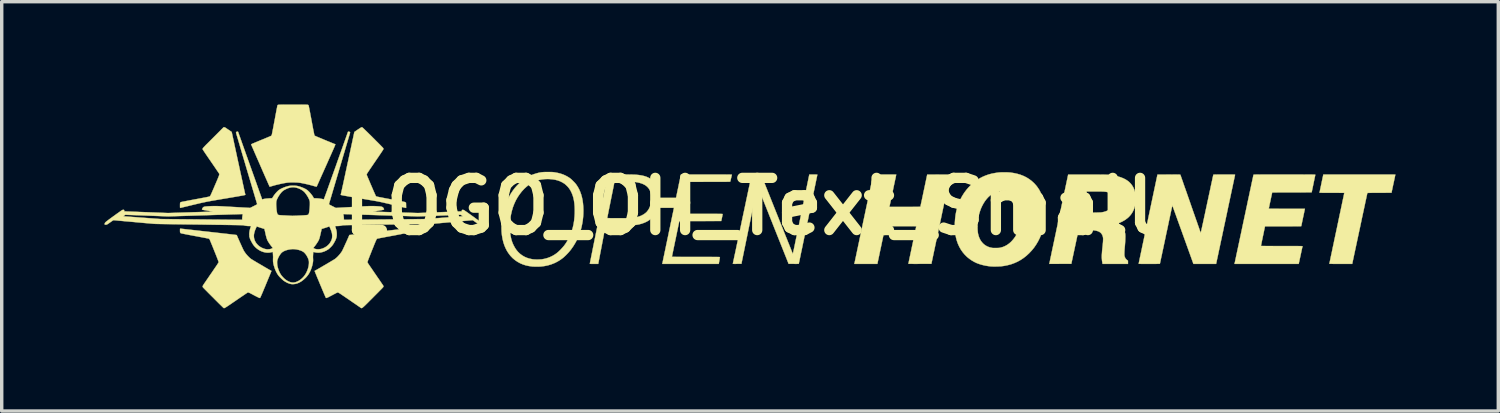
<source format=kicad_pcb>
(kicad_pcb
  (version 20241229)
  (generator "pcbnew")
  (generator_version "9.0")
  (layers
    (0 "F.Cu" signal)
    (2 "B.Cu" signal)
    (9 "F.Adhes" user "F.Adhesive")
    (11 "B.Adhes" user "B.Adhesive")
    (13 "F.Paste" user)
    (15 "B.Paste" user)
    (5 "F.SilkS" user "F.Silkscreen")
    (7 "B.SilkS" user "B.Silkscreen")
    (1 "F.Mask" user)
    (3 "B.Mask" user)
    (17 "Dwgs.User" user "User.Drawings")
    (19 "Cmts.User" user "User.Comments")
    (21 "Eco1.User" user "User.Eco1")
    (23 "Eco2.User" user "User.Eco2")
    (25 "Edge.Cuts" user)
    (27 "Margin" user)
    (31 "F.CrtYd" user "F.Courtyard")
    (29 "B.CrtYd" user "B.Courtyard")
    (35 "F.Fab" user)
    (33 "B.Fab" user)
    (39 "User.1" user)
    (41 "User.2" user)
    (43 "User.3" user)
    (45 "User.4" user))
  (footprint "LOGO_OH_Text_Small"
    (layer "F.Cu")
    (at 18.838 2.977)
    (property "Reference" "LOGO_OH_Text_Small" (at 0 0 0) (layer "F.SilkS") (effects (font (size 1.524 1.524) (thickness 0.3))))
    (attr through_hole board_only exclude_from_pos_files exclude_from_bom)
    (fp_poly (pts (xy 17.889 -0.931) (xy 17.98 -0.931) (xy 18.069 -0.931) (xy 18.155 -0.931) (xy 18.238 -0.931) (xy 18.317 -0.931) (xy 18.392 -0.931) (xy 18.462 -0.931) (xy 18.528 -0.931) (xy 18.589 -0.931) (xy 18.644 -0.931) (xy 18.693 -0.931) (xy 18.736 -0.931) (xy 18.773 -0.931) (xy 18.802 -0.931) (xy 18.825 -0.93) (xy 18.839 -0.93) (xy 18.846 -0.93) (xy 18.847 -0.93) (xy 18.846 -0.926) (xy 18.843 -0.914) (xy 18.839 -0.896) (xy 18.834 -0.871) (xy 18.828 -0.84) (xy 18.82 -0.805) (xy 18.812 -0.766) (xy 18.803 -0.723) (xy 18.793 -0.678) (xy 18.79 -0.665) (xy 18.734 -0.4) (xy 18.382 -0.399) (xy 18.317 -0.399) (xy 18.26 -0.398) (xy 18.21 -0.398) (xy 18.167 -0.398) (xy 18.131 -0.397) (xy 18.101 -0.397) (xy 18.077 -0.396) (xy 18.059 -0.396) (xy 18.045 -0.395) (xy 18.036 -0.394) (xy 18.03 -0.394) (xy 18.029 -0.393) (xy 18.028 -0.388) (xy 18.025 -0.376) (xy 18.021 -0.356) (xy 18.015 -0.328) (xy 18.007 -0.294) (xy 17.999 -0.253) (xy 17.989 -0.207) (xy 17.977 -0.154) (xy 17.965 -0.096) (xy 17.952 -0.033) (xy 17.937 0.035) (xy 17.922 0.107) (xy 17.905 0.184) (xy 17.888 0.264) (xy 17.87 0.347) (xy 17.852 0.434) (xy 17.833 0.523) (xy 17.814 0.614) (xy 17.807 0.644) (xy 17.587 1.676) (xy 17.254 1.676) (xy 17.186 1.676) (xy 17.126 1.676) (xy 17.073 1.676) (xy 17.028 1.676) (xy 16.991 1.675) (xy 16.961 1.675) (xy 16.939 1.674) (xy 16.926 1.673) (xy 16.921 1.672) (xy 16.921 1.672) (xy 16.921 1.668) (xy 16.924 1.655) (xy 16.928 1.635) (xy 16.934 1.608) (xy 16.941 1.574) (xy 16.95 1.534) (xy 16.959 1.487) (xy 16.97 1.434) (xy 16.983 1.376) (xy 16.996 1.313) (xy 17.01 1.245) (xy 17.025 1.173) (xy 17.042 1.097) (xy 17.058 1.017) (xy 17.076 0.933) (xy 17.094 0.847) (xy 17.113 0.758) (xy 17.132 0.667) (xy 17.139 0.637) (xy 17.158 0.545) (xy 17.177 0.456) (xy 17.195 0.368) (xy 17.213 0.284) (xy 17.23 0.203) (xy 17.247 0.126) (xy 17.262 0.052) (xy 17.277 -0.017) (xy 17.29 -0.081) (xy 17.303 -0.141) (xy 17.314 -0.195) (xy 17.325 -0.244) (xy 17.334 -0.286) (xy 17.341 -0.322) (xy 17.347 -0.352) (xy 17.352 -0.374) (xy 17.355 -0.388) (xy 17.357 -0.395) (xy 17.357 -0.396) (xy 17.353 -0.396) (xy 17.341 -0.396) (xy 17.321 -0.397) (xy 17.295 -0.397) (xy 17.264 -0.397) (xy 17.226 -0.397) (xy 17.184 -0.398) (xy 17.138 -0.398) (xy 17.088 -0.398) (xy 17.035 -0.398) (xy 16.995 -0.398) (xy 16.94 -0.398) (xy 16.888 -0.398) (xy 16.839 -0.398) (xy 16.794 -0.398) (xy 16.753 -0.399) (xy 16.717 -0.399) (xy 16.687 -0.4) (xy 16.663 -0.4) (xy 16.645 -0.4) (xy 16.635 -0.401) (xy 16.633 -0.401) (xy 16.634 -0.406) (xy 16.636 -0.418) (xy 16.64 -0.437) (xy 16.645 -0.462) (xy 16.651 -0.493) (xy 16.659 -0.528) (xy 16.667 -0.567) (xy 16.676 -0.609) (xy 16.685 -0.654) (xy 16.686 -0.656) (xy 16.695 -0.702) (xy 16.704 -0.745) (xy 16.713 -0.785) (xy 16.72 -0.821) (xy 16.727 -0.853) (xy 16.733 -0.879) (xy 16.737 -0.9) (xy 16.74 -0.913) (xy 16.741 -0.92) (xy 16.741 -0.92) (xy 16.744 -0.931) (xy 17.795 -0.931) (xy 17.889 -0.931)) (stroke (width 0.01) (type solid)) (fill yes) (layer "F.SilkS"))
    (fp_poly (pts (xy -11.312 -2.309) (xy -11.308 -2.306) (xy -11.298 -2.297) (xy -11.283 -2.283) (xy -11.263 -2.265) (xy -11.24 -2.242) (xy -11.213 -2.216) (xy -11.183 -2.187) (xy -11.151 -2.156) (xy -11.117 -2.122) (xy -11.081 -2.087) (xy -11.044 -2.05) (xy -11.007 -2.013) (xy -10.969 -1.976) (xy -10.933 -1.939) (xy -10.897 -1.903) (xy -10.862 -1.869) (xy -10.83 -1.836) (xy -10.8 -1.806) (xy -10.773 -1.778) (xy -10.749 -1.754) (xy -10.73 -1.734) (xy -10.714 -1.718) (xy -10.704 -1.706) (xy -10.699 -1.7) (xy -10.699 -1.7) (xy -10.694 -1.684) (xy -10.695 -1.674) (xy -10.698 -1.668) (xy -10.705 -1.655) (xy -10.718 -1.635) (xy -10.735 -1.608) (xy -10.757 -1.575) (xy -10.784 -1.535) (xy -10.815 -1.489) (xy -10.851 -1.435) (xy -10.892 -1.376) (xy -10.937 -1.31) (xy -10.976 -1.253) (xy -11.013 -1.199) (xy -11.046 -1.15) (xy -11.077 -1.105) (xy -11.103 -1.066) (xy -11.126 -1.031) (xy -11.146 -1.002) (xy -11.161 -0.978) (xy -11.172 -0.961) (xy -11.178 -0.95) (xy -11.18 -0.946) (xy -11.182 -0.933) (xy -11.182 -0.922) (xy -11.182 -0.922) (xy -11.179 -0.915) (xy -11.174 -0.902) (xy -11.166 -0.883) (xy -11.156 -0.858) (xy -11.143 -0.828) (xy -11.129 -0.794) (xy -11.113 -0.757) (xy -11.096 -0.718) (xy -11.079 -0.676) (xy -11.061 -0.634) (xy -11.042 -0.591) (xy -11.024 -0.549) (xy -11.006 -0.508) (xy -10.989 -0.468) (xy -10.973 -0.431) (xy -10.958 -0.398) (xy -10.945 -0.369) (xy -10.934 -0.344) (xy -10.926 -0.325) (xy -10.92 -0.313) (xy -10.917 -0.307) (xy -10.917 -0.307) (xy -10.907 -0.297) (xy -10.897 -0.29) (xy -10.892 -0.289) (xy -10.878 -0.286) (xy -10.857 -0.281) (xy -10.83 -0.276) (xy -10.797 -0.269) (xy -10.758 -0.262) (xy -10.715 -0.253) (xy -10.667 -0.244) (xy -10.616 -0.234) (xy -10.561 -0.224) (xy -10.504 -0.213) (xy -10.473 -0.208) (xy -10.405 -0.195) (xy -10.346 -0.184) (xy -10.293 -0.174) (xy -10.247 -0.165) (xy -10.208 -0.158) (xy -10.174 -0.152) (xy -10.146 -0.146) (xy -10.123 -0.141) (xy -10.104 -0.137) (xy -10.088 -0.134) (xy -10.077 -0.131) (xy -10.068 -0.129) (xy -10.061 -0.126) (xy -10.056 -0.124) (xy -10.053 -0.122) (xy -10.05 -0.121) (xy -10.048 -0.118) (xy -10.048 -0.118) (xy -10.035 -0.106) (xy -10.032 0.042) (xy -10.042 0.042) (xy -10.048 0.041) (xy -10.061 0.038) (xy -10.081 0.033) (xy -10.107 0.027) (xy -10.138 0.02) (xy -10.174 0.011) (xy -10.214 0.002) (xy -10.256 -0.009) (xy -10.3 -0.019) (xy -10.394 -0.042) (xy -10.48 -0.063) (xy -10.558 -0.082) (xy -10.63 -0.098) (xy -10.695 -0.113) (xy -10.753 -0.126) (xy -10.806 -0.137) (xy -10.853 -0.146) (xy -10.871 -0.15) (xy -10.886 -0.153) (xy -10.908 -0.157) (xy -10.938 -0.162) (xy -10.974 -0.168) (xy -11.015 -0.175) (xy -11.062 -0.183) (xy -11.113 -0.192) (xy -11.168 -0.201) (xy -11.227 -0.211) (xy -11.287 -0.221) (xy -11.35 -0.232) (xy -11.413 -0.242) (xy -11.419 -0.243) (xy -11.482 -0.254) (xy -11.542 -0.264) (xy -11.601 -0.274) (xy -11.655 -0.283) (xy -11.707 -0.292) (xy -11.754 -0.301) (xy -11.796 -0.308) (xy -11.833 -0.315) (xy -11.864 -0.32) (xy -11.888 -0.325) (xy -11.905 -0.328) (xy -11.915 -0.33) (xy -11.916 -0.331) (xy -11.93 -0.336) (xy -11.938 -0.34) (xy -11.941 -0.344) (xy -11.94 -0.349) (xy -11.938 -0.355) (xy -11.936 -0.364) (xy -11.933 -0.375) (xy -11.93 -0.388) (xy -11.926 -0.404) (xy -11.922 -0.423) (xy -11.917 -0.445) (xy -11.911 -0.472) (xy -11.904 -0.502) (xy -11.897 -0.537) (xy -11.888 -0.576) (xy -11.878 -0.62) (xy -11.867 -0.67) (xy -11.855 -0.726) (xy -11.842 -0.787) (xy -11.827 -0.855) (xy -11.811 -0.93) (xy -11.794 -1.011) (xy -11.774 -1.1) (xy -11.754 -1.196) (xy -11.731 -1.301) (xy -11.73 -1.304) (xy -11.543 -2.174) (xy -11.445 -2.242) (xy -11.419 -2.259) (xy -11.394 -2.275) (xy -11.373 -2.289) (xy -11.355 -2.3) (xy -11.342 -2.307) (xy -11.335 -2.311) (xy -11.335 -2.311) (xy -11.321 -2.311) (xy -11.312 -2.309)) (stroke (width 0.01) (type solid)) (fill yes) (layer "F.SilkS"))
    (fp_poly (pts (xy -15.342 -2.311) (xy -15.336 -2.311) (xy -15.329 -2.31) (xy -15.322 -2.307) (xy -15.313 -2.302) (xy -15.301 -2.295) (xy -15.285 -2.284) (xy -15.264 -2.27) (xy -15.238 -2.252) (xy -15.223 -2.242) (xy -15.124 -2.174) (xy -14.933 -1.287) (xy -14.914 -1.202) (xy -14.896 -1.118) (xy -14.879 -1.037) (xy -14.862 -0.959) (xy -14.845 -0.884) (xy -14.83 -0.813) (xy -14.815 -0.745) (xy -14.802 -0.682) (xy -14.789 -0.624) (xy -14.777 -0.571) (xy -14.767 -0.524) (xy -14.758 -0.482) (xy -14.75 -0.447) (xy -14.744 -0.418) (xy -14.739 -0.397) (xy -14.736 -0.383) (xy -14.734 -0.377) (xy -14.73 -0.363) (xy -14.727 -0.351) (xy -14.725 -0.346) (xy -14.725 -0.342) (xy -14.731 -0.338) (xy -14.742 -0.334) (xy -14.752 -0.33) (xy -14.76 -0.328) (xy -14.775 -0.325) (xy -14.798 -0.321) (xy -14.828 -0.316) (xy -14.864 -0.309) (xy -14.905 -0.302) (xy -14.951 -0.294) (xy -15.002 -0.285) (xy -15.056 -0.276) (xy -15.114 -0.266) (xy -15.174 -0.256) (xy -15.237 -0.245) (xy -15.261 -0.241) (xy -15.346 -0.227) (xy -15.423 -0.214) (xy -15.493 -0.202) (xy -15.556 -0.191) (xy -15.614 -0.181) (xy -15.667 -0.172) (xy -15.716 -0.164) (xy -15.761 -0.155) (xy -15.804 -0.148) (xy -15.844 -0.14) (xy -15.882 -0.132) (xy -15.92 -0.124) (xy -15.958 -0.116) (xy -15.996 -0.108) (xy -16.035 -0.099) (xy -16.076 -0.09) (xy -16.12 -0.079) (xy -16.167 -0.068) (xy -16.217 -0.056) (xy -16.273 -0.043) (xy -16.334 -0.028) (xy -16.351 -0.024) (xy -16.397 -0.012) (xy -16.442 -0.002) (xy -16.483 0.008) (xy -16.52 0.017) (xy -16.553 0.025) (xy -16.581 0.032) (xy -16.603 0.037) (xy -16.618 0.04) (xy -16.626 0.042) (xy -16.627 0.042) (xy -16.629 0.041) (xy -16.631 0.035) (xy -16.632 0.024) (xy -16.633 0.007) (xy -16.633 -0.017) (xy -16.633 -0.027) (xy -16.633 -0.057) (xy -16.632 -0.079) (xy -16.63 -0.096) (xy -16.627 -0.107) (xy -16.623 -0.116) (xy -16.617 -0.122) (xy -16.613 -0.125) (xy -16.607 -0.127) (xy -16.594 -0.13) (xy -16.573 -0.134) (xy -16.545 -0.14) (xy -16.51 -0.147) (xy -16.469 -0.155) (xy -16.422 -0.164) (xy -16.37 -0.174) (xy -16.314 -0.185) (xy -16.252 -0.196) (xy -16.191 -0.208) (xy -16.123 -0.22) (xy -16.063 -0.232) (xy -16.01 -0.242) (xy -15.964 -0.25) (xy -15.924 -0.258) (xy -15.89 -0.264) (xy -15.861 -0.27) (xy -15.838 -0.275) (xy -15.818 -0.279) (xy -15.803 -0.282) (xy -15.79 -0.285) (xy -15.781 -0.288) (xy -15.774 -0.29) (xy -15.769 -0.292) (xy -15.765 -0.295) (xy -15.763 -0.296) (xy -15.76 -0.298) (xy -15.757 -0.301) (xy -15.753 -0.305) (xy -15.75 -0.31) (xy -15.745 -0.317) (xy -15.74 -0.327) (xy -15.734 -0.34) (xy -15.726 -0.357) (xy -15.717 -0.378) (xy -15.705 -0.403) (xy -15.692 -0.434) (xy -15.676 -0.471) (xy -15.657 -0.514) (xy -15.636 -0.563) (xy -15.616 -0.61) (xy -15.591 -0.667) (xy -15.57 -0.718) (xy -15.551 -0.761) (xy -15.535 -0.799) (xy -15.522 -0.831) (xy -15.511 -0.858) (xy -15.503 -0.88) (xy -15.496 -0.898) (xy -15.491 -0.913) (xy -15.488 -0.925) (xy -15.486 -0.934) (xy -15.486 -0.941) (xy -15.487 -0.947) (xy -15.488 -0.953) (xy -15.49 -0.958) (xy -15.492 -0.96) (xy -15.495 -0.966) (xy -15.502 -0.977) (xy -15.514 -0.995) (xy -15.53 -1.018) (xy -15.549 -1.046) (xy -15.571 -1.078) (xy -15.596 -1.115) (xy -15.623 -1.155) (xy -15.653 -1.198) (xy -15.684 -1.244) (xy -15.717 -1.291) (xy -15.731 -1.313) (xy -15.765 -1.361) (xy -15.796 -1.407) (xy -15.827 -1.452) (xy -15.855 -1.493) (xy -15.881 -1.531) (xy -15.904 -1.565) (xy -15.924 -1.595) (xy -15.941 -1.621) (xy -15.954 -1.641) (xy -15.964 -1.655) (xy -15.969 -1.663) (xy -15.969 -1.664) (xy -15.971 -1.668) (xy -15.972 -1.673) (xy -15.973 -1.677) (xy -15.973 -1.681) (xy -15.971 -1.687) (xy -15.967 -1.693) (xy -15.962 -1.702) (xy -15.954 -1.712) (xy -15.944 -1.724) (xy -15.93 -1.739) (xy -15.913 -1.757) (xy -15.893 -1.778) (xy -15.869 -1.803) (xy -15.84 -1.832) (xy -15.807 -1.865) (xy -15.768 -1.904) (xy -15.725 -1.947) (xy -15.676 -1.996) (xy -15.664 -2.008) (xy -15.361 -2.311) (xy -15.342 -2.311)) (stroke (width 0.01) (type solid)) (fill yes) (layer "F.SilkS"))
    (fp_poly (pts (xy 0.194 -0.93) (xy 0.331 -0.929) (xy 0.793 0.227) (xy 0.831 0.322) (xy 0.868 0.415) (xy 0.904 0.505) (xy 0.94 0.593) (xy 0.974 0.678) (xy 1.006 0.76) (xy 1.037 0.838) (xy 1.067 0.912) (xy 1.095 0.982) (xy 1.121 1.047) (xy 1.146 1.108) (xy 1.168 1.163) (xy 1.188 1.213) (xy 1.206 1.258) (xy 1.221 1.296) (xy 1.234 1.328) (xy 1.244 1.353) (xy 1.251 1.371) (xy 1.256 1.382) (xy 1.257 1.386) (xy 1.258 1.382) (xy 1.261 1.37) (xy 1.265 1.351) (xy 1.271 1.324) (xy 1.278 1.29) (xy 1.287 1.25) (xy 1.297 1.203) (xy 1.308 1.15) (xy 1.32 1.092) (xy 1.333 1.028) (xy 1.347 0.96) (xy 1.363 0.886) (xy 1.379 0.809) (xy 1.396 0.727) (xy 1.413 0.642) (xy 1.432 0.553) (xy 1.451 0.462) (xy 1.47 0.368) (xy 1.49 0.271) (xy 1.499 0.228) (xy 1.738 -0.931) (xy 1.855 -0.931) (xy 1.886 -0.931) (xy 1.913 -0.931) (xy 1.937 -0.931) (xy 1.955 -0.93) (xy 1.968 -0.929) (xy 1.973 -0.929) (xy 1.973 -0.929) (xy 1.972 -0.924) (xy 1.969 -0.912) (xy 1.965 -0.892) (xy 1.96 -0.865) (xy 1.952 -0.831) (xy 1.944 -0.79) (xy 1.934 -0.742) (xy 1.923 -0.689) (xy 1.911 -0.629) (xy 1.897 -0.565) (xy 1.883 -0.495) (xy 1.867 -0.42) (xy 1.851 -0.341) (xy 1.833 -0.257) (xy 1.815 -0.17) (xy 1.796 -0.079) (xy 1.776 0.015) (xy 1.756 0.112) (xy 1.735 0.212) (xy 1.714 0.314) (xy 1.702 0.373) (xy 1.68 0.476) (xy 1.659 0.577) (xy 1.639 0.676) (xy 1.619 0.772) (xy 1.599 0.864) (xy 1.581 0.954) (xy 1.563 1.039) (xy 1.546 1.121) (xy 1.53 1.198) (xy 1.515 1.271) (xy 1.5 1.339) (xy 1.487 1.401) (xy 1.476 1.458) (xy 1.465 1.509) (xy 1.456 1.554) (xy 1.448 1.592) (xy 1.441 1.623) (xy 1.436 1.647) (xy 1.433 1.664) (xy 1.431 1.673) (xy 1.431 1.674) (xy 1.427 1.675) (xy 1.415 1.675) (xy 1.397 1.675) (xy 1.373 1.676) (xy 1.345 1.676) (xy 1.313 1.676) (xy 1.282 1.675) (xy 1.134 1.674) (xy 0.68 0.535) (xy 0.643 0.441) (xy 0.606 0.349) (xy 0.57 0.259) (xy 0.536 0.172) (xy 0.502 0.088) (xy 0.47 0.007) (xy 0.439 -0.07) (xy 0.41 -0.143) (xy 0.382 -0.212) (xy 0.356 -0.276) (xy 0.332 -0.336) (xy 0.311 -0.39) (xy 0.291 -0.439) (xy 0.274 -0.482) (xy 0.259 -0.519) (xy 0.246 -0.55) (xy 0.236 -0.574) (xy 0.23 -0.591) (xy 0.225 -0.6) (xy 0.224 -0.602) (xy 0.223 -0.598) (xy 0.221 -0.586) (xy 0.216 -0.566) (xy 0.211 -0.539) (xy 0.204 -0.505) (xy 0.195 -0.464) (xy 0.185 -0.417) (xy 0.175 -0.364) (xy 0.162 -0.306) (xy 0.149 -0.242) (xy 0.135 -0.173) (xy 0.12 -0.1) (xy 0.104 -0.022) (xy 0.087 0.059) (xy 0.07 0.144) (xy 0.052 0.232) (xy 0.033 0.324) (xy 0.014 0.418) (xy -0.006 0.514) (xy -0.011 0.537) (xy -0.244 1.674) (xy -0.37 1.675) (xy -0.406 1.676) (xy -0.434 1.676) (xy -0.456 1.676) (xy -0.472 1.675) (xy -0.483 1.675) (xy -0.489 1.674) (xy -0.493 1.673) (xy -0.494 1.671) (xy -0.494 1.669) (xy -0.493 1.665) (xy -0.49 1.652) (xy -0.486 1.632) (xy -0.48 1.605) (xy -0.473 1.571) (xy -0.464 1.531) (xy -0.455 1.485) (xy -0.444 1.433) (xy -0.431 1.376) (xy -0.418 1.315) (xy -0.404 1.248) (xy -0.389 1.178) (xy -0.374 1.104) (xy -0.357 1.027) (xy -0.341 0.947) (xy -0.323 0.864) (xy -0.305 0.78) (xy -0.287 0.693) (xy -0.268 0.605) (xy -0.249 0.516) (xy -0.231 0.427) (xy -0.212 0.337) (xy -0.193 0.248) (xy -0.174 0.159) (xy -0.155 0.071) (xy -0.137 -0.015) (xy -0.119 -0.1) (xy -0.102 -0.183) (xy -0.085 -0.263) (xy -0.068 -0.341) (xy -0.053 -0.415) (xy -0.038 -0.485) (xy -0.024 -0.552) (xy -0.01 -0.614) (xy 0.002 -0.671) (xy 0.013 -0.723) (xy 0.022 -0.77) (xy 0.031 -0.81) (xy 0.038 -0.845) (xy 0.044 -0.872) (xy 0.048 -0.893) (xy 0.051 -0.905) (xy 0.052 -0.909) (xy 0.056 -0.931) (xy 0.194 -0.93)) (stroke (width 0.01) (type solid)) (fill yes) (layer "F.SilkS"))
    (fp_poly (pts (xy 7.46 -0.997) (xy 7.507 -0.996) (xy 7.55 -0.994) (xy 7.589 -0.991) (xy 7.614 -0.989) (xy 7.718 -0.973) (xy 7.816 -0.951) (xy 7.909 -0.923) (xy 7.997 -0.888) (xy 8.079 -0.847) (xy 8.156 -0.799) (xy 8.228 -0.745) (xy 8.295 -0.684) (xy 8.357 -0.617) (xy 8.398 -0.564) (xy 8.447 -0.491) (xy 8.489 -0.412) (xy 8.526 -0.328) (xy 8.556 -0.238) (xy 8.58 -0.143) (xy 8.597 -0.042) (xy 8.604 0.015) (xy 8.607 0.048) (xy 8.609 0.088) (xy 8.61 0.132) (xy 8.611 0.178) (xy 8.611 0.225) (xy 8.61 0.27) (xy 8.609 0.311) (xy 8.607 0.347) (xy 8.607 0.349) (xy 8.593 0.472) (xy 8.572 0.589) (xy 8.545 0.702) (xy 8.51 0.81) (xy 8.469 0.913) (xy 8.42 1.012) (xy 8.364 1.107) (xy 8.302 1.198) (xy 8.232 1.284) (xy 8.156 1.365) (xy 8.077 1.438) (xy 7.995 1.503) (xy 7.91 1.56) (xy 7.82 1.61) (xy 7.726 1.652) (xy 7.628 1.688) (xy 7.526 1.715) (xy 7.42 1.736) (xy 7.34 1.746) (xy 7.318 1.748) (xy 7.289 1.749) (xy 7.256 1.751) (xy 7.219 1.751) (xy 7.181 1.752) (xy 7.143 1.752) (xy 7.108 1.752) (xy 7.076 1.751) (xy 7.05 1.75) (xy 7.04 1.75) (xy 6.962 1.741) (xy 6.882 1.728) (xy 6.802 1.71) (xy 6.726 1.689) (xy 6.654 1.664) (xy 6.605 1.644) (xy 6.542 1.612) (xy 6.478 1.574) (xy 6.417 1.532) (xy 6.361 1.488) (xy 6.338 1.468) (xy 6.272 1.402) (xy 6.213 1.331) (xy 6.161 1.256) (xy 6.116 1.176) (xy 6.077 1.091) (xy 6.045 1.001) (xy 6.02 0.907) (xy 6.002 0.807) (xy 5.99 0.702) (xy 5.985 0.592) (xy 5.985 0.588) (xy 6.649 0.588) (xy 6.65 0.656) (xy 6.654 0.72) (xy 6.661 0.778) (xy 6.663 0.79) (xy 6.679 0.855) (xy 6.7 0.915) (xy 6.726 0.969) (xy 6.757 1.018) (xy 6.795 1.064) (xy 6.802 1.072) (xy 6.843 1.11) (xy 6.888 1.142) (xy 6.936 1.168) (xy 6.989 1.189) (xy 7.047 1.204) (xy 7.093 1.212) (xy 7.101 1.213) (xy 7.116 1.213) (xy 7.136 1.213) (xy 7.161 1.213) (xy 7.188 1.213) (xy 7.195 1.213) (xy 7.228 1.212) (xy 7.255 1.211) (xy 7.276 1.21) (xy 7.294 1.208) (xy 7.309 1.205) (xy 7.319 1.203) (xy 7.389 1.183) (xy 7.456 1.155) (xy 7.519 1.119) (xy 7.578 1.076) (xy 7.634 1.026) (xy 7.687 0.967) (xy 7.737 0.901) (xy 7.752 0.878) (xy 7.8 0.798) (xy 7.841 0.713) (xy 7.876 0.624) (xy 7.905 0.53) (xy 7.927 0.43) (xy 7.94 0.347) (xy 7.942 0.322) (xy 7.945 0.291) (xy 7.947 0.255) (xy 7.948 0.217) (xy 7.949 0.177) (xy 7.95 0.138) (xy 7.95 0.1) (xy 7.949 0.067) (xy 7.948 0.039) (xy 7.946 0.021) (xy 7.935 -0.052) (xy 7.919 -0.117) (xy 7.899 -0.177) (xy 7.873 -0.23) (xy 7.842 -0.277) (xy 7.805 -0.319) (xy 7.804 -0.32) (xy 7.76 -0.358) (xy 7.71 -0.39) (xy 7.655 -0.416) (xy 7.594 -0.436) (xy 7.528 -0.449) (xy 7.457 -0.455) (xy 7.387 -0.456) (xy 7.319 -0.451) (xy 7.256 -0.44) (xy 7.197 -0.423) (xy 7.14 -0.399) (xy 7.084 -0.369) (xy 7.072 -0.361) (xy 7.017 -0.321) (xy 6.964 -0.273) (xy 6.914 -0.218) (xy 6.867 -0.157) (xy 6.824 -0.09) (xy 6.785 -0.018) (xy 6.75 0.058) (xy 6.721 0.138) (xy 6.696 0.221) (xy 6.693 0.232) (xy 6.678 0.3) (xy 6.666 0.372) (xy 6.657 0.444) (xy 6.651 0.517) (xy 6.649 0.588) (xy 5.985 0.588) (xy 5.986 0.478) (xy 5.995 0.356) (xy 6.009 0.24) (xy 6.031 0.129) (xy 6.059 0.022) (xy 6.094 -0.081) (xy 6.136 -0.18) (xy 6.185 -0.276) (xy 6.208 -0.316) (xy 6.262 -0.401) (xy 6.323 -0.482) (xy 6.389 -0.559) (xy 6.461 -0.631) (xy 6.535 -0.698) (xy 6.613 -0.757) (xy 6.636 -0.773) (xy 6.715 -0.822) (xy 6.797 -0.865) (xy 6.881 -0.901) (xy 6.969 -0.932) (xy 7.062 -0.957) (xy 7.16 -0.976) (xy 7.248 -0.989) (xy 7.281 -0.992) (xy 7.32 -0.995) (xy 7.365 -0.996) (xy 7.412 -0.997) (xy 7.46 -0.997)) (stroke (width 0.01) (type solid)) (fill yes) (layer "F.SilkS"))
    (fp_poly (pts (xy 5.848 -0.915) (xy 5.847 -0.91) (xy 5.845 -0.897) (xy 5.84 -0.876) (xy 5.834 -0.847) (xy 5.827 -0.812) (xy 5.818 -0.77) (xy 5.808 -0.722) (xy 5.796 -0.667) (xy 5.784 -0.607) (xy 5.77 -0.542) (xy 5.755 -0.471) (xy 5.739 -0.396) (xy 5.722 -0.316) (xy 5.705 -0.232) (xy 5.686 -0.144) (xy 5.667 -0.053) (xy 5.647 0.041) (xy 5.626 0.139) (xy 5.605 0.238) (xy 5.584 0.34) (xy 5.574 0.387) (xy 5.302 1.674) (xy 4.966 1.675) (xy 4.898 1.676) (xy 4.837 1.676) (xy 4.785 1.676) (xy 4.741 1.675) (xy 4.704 1.675) (xy 4.675 1.675) (xy 4.654 1.674) (xy 4.639 1.673) (xy 4.632 1.673) (xy 4.631 1.672) (xy 4.632 1.667) (xy 4.635 1.655) (xy 4.639 1.635) (xy 4.644 1.609) (xy 4.651 1.576) (xy 4.659 1.537) (xy 4.668 1.493) (xy 4.679 1.444) (xy 4.69 1.391) (xy 4.702 1.334) (xy 4.715 1.274) (xy 4.728 1.21) (xy 4.742 1.144) (xy 4.746 1.127) (xy 4.76 1.06) (xy 4.773 0.996) (xy 4.786 0.935) (xy 4.798 0.877) (xy 4.81 0.822) (xy 4.82 0.772) (xy 4.83 0.727) (xy 4.838 0.687) (xy 4.845 0.652) (xy 4.851 0.624) (xy 4.856 0.602) (xy 4.858 0.588) (xy 4.86 0.581) (xy 4.86 0.581) (xy 4.858 0.58) (xy 4.851 0.579) (xy 4.839 0.578) (xy 4.822 0.578) (xy 4.8 0.577) (xy 4.771 0.577) (xy 4.736 0.577) (xy 4.695 0.576) (xy 4.647 0.576) (xy 4.591 0.576) (xy 4.528 0.576) (xy 4.457 0.576) (xy 4.409 0.576) (xy 4.338 0.576) (xy 4.274 0.576) (xy 4.218 0.576) (xy 4.169 0.576) (xy 4.126 0.576) (xy 4.09 0.576) (xy 4.059 0.576) (xy 4.033 0.577) (xy 4.013 0.577) (xy 3.996 0.577) (xy 3.983 0.578) (xy 3.973 0.579) (xy 3.966 0.579) (xy 3.961 0.58) (xy 3.958 0.581) (xy 3.957 0.582) (xy 3.956 0.583) (xy 3.955 0.588) (xy 3.953 0.601) (xy 3.948 0.621) (xy 3.943 0.648) (xy 3.935 0.681) (xy 3.927 0.72) (xy 3.918 0.764) (xy 3.907 0.813) (xy 3.896 0.867) (xy 3.884 0.924) (xy 3.871 0.984) (xy 3.858 1.047) (xy 3.844 1.113) (xy 3.842 1.124) (xy 3.828 1.19) (xy 3.814 1.254) (xy 3.801 1.315) (xy 3.789 1.373) (xy 3.778 1.427) (xy 3.767 1.477) (xy 3.758 1.522) (xy 3.749 1.562) (xy 3.742 1.596) (xy 3.736 1.624) (xy 3.731 1.646) (xy 3.728 1.66) (xy 3.727 1.667) (xy 3.727 1.667) (xy 3.724 1.676) (xy 3.053 1.676) (xy 3.067 1.612) (xy 3.069 1.602) (xy 3.073 1.585) (xy 3.078 1.56) (xy 3.085 1.528) (xy 3.093 1.489) (xy 3.103 1.443) (xy 3.114 1.391) (xy 3.126 1.333) (xy 3.139 1.27) (xy 3.154 1.202) (xy 3.169 1.128) (xy 3.186 1.05) (xy 3.203 0.968) (xy 3.221 0.882) (xy 3.24 0.793) (xy 3.26 0.701) (xy 3.28 0.605) (xy 3.3 0.508) (xy 3.321 0.408) (xy 3.343 0.308) (xy 3.604 -0.931) (xy 3.94 -0.931) (xy 3.993 -0.931) (xy 4.043 -0.931) (xy 4.089 -0.931) (xy 4.132 -0.931) (xy 4.171 -0.931) (xy 4.204 -0.931) (xy 4.232 -0.931) (xy 4.254 -0.93) (xy 4.268 -0.93) (xy 4.275 -0.93) (xy 4.276 -0.93) (xy 4.275 -0.926) (xy 4.272 -0.914) (xy 4.268 -0.895) (xy 4.263 -0.87) (xy 4.257 -0.839) (xy 4.249 -0.802) (xy 4.24 -0.762) (xy 4.231 -0.718) (xy 4.221 -0.67) (xy 4.21 -0.62) (xy 4.199 -0.568) (xy 4.188 -0.515) (xy 4.177 -0.461) (xy 4.165 -0.407) (xy 4.154 -0.354) (xy 4.143 -0.302) (xy 4.133 -0.253) (xy 4.123 -0.205) (xy 4.113 -0.161) (xy 4.105 -0.121) (xy 4.097 -0.085) (xy 4.091 -0.055) (xy 4.085 -0.03) (xy 4.081 -0.012) (xy 4.079 -0.001) (xy 4.078 0.003) (xy 4.076 0.013) (xy 4.527 0.013) (xy 4.599 0.013) (xy 4.663 0.013) (xy 4.72 0.013) (xy 4.77 0.012) (xy 4.812 0.012) (xy 4.849 0.012) (xy 4.88 0.012) (xy 4.906 0.012) (xy 4.927 0.011) (xy 4.944 0.011) (xy 4.957 0.01) (xy 4.967 0.01) (xy 4.974 0.009) (xy 4.978 0.008) (xy 4.98 0.007) (xy 4.981 0.006) (xy 4.982 0.001) (xy 4.985 -0.011) (xy 4.99 -0.031) (xy 4.995 -0.058) (xy 5.002 -0.091) (xy 5.011 -0.129) (xy 5.02 -0.172) (xy 5.03 -0.22) (xy 5.041 -0.272) (xy 5.053 -0.328) (xy 5.065 -0.386) (xy 5.078 -0.447) (xy 5.082 -0.465) (xy 5.18 -0.929) (xy 5.851 -0.931) (xy 5.848 -0.915)) (stroke (width 0.01) (type solid)) (fill yes) (layer "F.SilkS"))
    (fp_poly (pts (xy -3.58 -0.931) (xy -3.529 -0.931) (xy -3.484 -0.93) (xy -3.445 -0.93) (xy -3.41 -0.929) (xy -3.379 -0.928) (xy -3.351 -0.927) (xy -3.327 -0.926) (xy -3.304 -0.924) (xy -3.282 -0.922) (xy -3.261 -0.92) (xy -3.241 -0.918) (xy -3.219 -0.915) (xy -3.215 -0.914) (xy -3.142 -0.902) (xy -3.076 -0.886) (xy -3.017 -0.867) (xy -2.962 -0.843) (xy -2.912 -0.816) (xy -2.866 -0.783) (xy -2.822 -0.745) (xy -2.8 -0.723) (xy -2.756 -0.672) (xy -2.72 -0.616) (xy -2.69 -0.557) (xy -2.667 -0.493) (xy -2.651 -0.424) (xy -2.641 -0.35) (xy -2.638 -0.271) (xy -2.639 -0.231) (xy -2.645 -0.143) (xy -2.657 -0.061) (xy -2.675 0.016) (xy -2.698 0.088) (xy -2.728 0.155) (xy -2.764 0.218) (xy -2.773 0.233) (xy -2.794 0.262) (xy -2.821 0.293) (xy -2.851 0.325) (xy -2.883 0.355) (xy -2.915 0.383) (xy -2.945 0.405) (xy -2.949 0.408) (xy -3.012 0.445) (xy -3.081 0.476) (xy -3.156 0.503) (xy -3.237 0.524) (xy -3.322 0.539) (xy -3.325 0.539) (xy -3.346 0.542) (xy -3.365 0.545) (xy -3.385 0.547) (xy -3.406 0.549) (xy -3.429 0.55) (xy -3.453 0.552) (xy -3.48 0.553) (xy -3.511 0.554) (xy -3.545 0.555) (xy -3.585 0.555) (xy -3.63 0.556) (xy -3.681 0.556) (xy -3.739 0.557) (xy -3.804 0.557) (xy -3.846 0.558) (xy -4.21 0.56) (xy -4.313 1.098) (xy -4.326 1.165) (xy -4.338 1.229) (xy -4.35 1.291) (xy -4.362 1.35) (xy -4.372 1.405) (xy -4.382 1.456) (xy -4.391 1.503) (xy -4.399 1.544) (xy -4.406 1.58) (xy -4.411 1.609) (xy -4.416 1.632) (xy -4.419 1.648) (xy -4.42 1.656) (xy -4.42 1.656) (xy -4.425 1.676) (xy -4.547 1.676) (xy -4.584 1.676) (xy -4.613 1.676) (xy -4.636 1.676) (xy -4.652 1.675) (xy -4.662 1.674) (xy -4.668 1.673) (xy -4.669 1.671) (xy -4.668 1.667) (xy -4.666 1.654) (xy -4.662 1.634) (xy -4.657 1.606) (xy -4.65 1.572) (xy -4.641 1.531) (xy -4.632 1.483) (xy -4.621 1.429) (xy -4.609 1.37) (xy -4.596 1.305) (xy -4.582 1.234) (xy -4.567 1.159) (xy -4.551 1.08) (xy -4.534 0.996) (xy -4.516 0.909) (xy -4.498 0.818) (xy -4.479 0.723) (xy -4.459 0.626) (xy -4.439 0.526) (xy -4.419 0.424) (xy -4.407 0.368) (xy -4.401 0.338) (xy -4.161 0.338) (xy -4.157 0.339) (xy -4.145 0.34) (xy -4.127 0.34) (xy -4.102 0.341) (xy -4.072 0.342) (xy -4.037 0.342) (xy -3.998 0.342) (xy -3.956 0.343) (xy -3.912 0.343) (xy -3.867 0.343) (xy -3.82 0.343) (xy -3.774 0.343) (xy -3.728 0.343) (xy -3.684 0.342) (xy -3.643 0.342) (xy -3.604 0.342) (xy -3.569 0.341) (xy -3.539 0.34) (xy -3.515 0.339) (xy -3.498 0.339) (xy -3.421 0.332) (xy -3.351 0.322) (xy -3.287 0.309) (xy -3.228 0.292) (xy -3.173 0.271) (xy -3.155 0.262) (xy -3.099 0.232) (xy -3.05 0.197) (xy -3.007 0.158) (xy -2.971 0.112) (xy -2.94 0.062) (xy -2.915 0.006) (xy -2.897 -0.056) (xy -2.884 -0.124) (xy -2.877 -0.198) (xy -2.876 -0.222) (xy -2.875 -0.28) (xy -2.879 -0.332) (xy -2.886 -0.379) (xy -2.898 -0.422) (xy -2.914 -0.462) (xy -2.914 -0.464) (xy -2.939 -0.51) (xy -2.969 -0.55) (xy -3.005 -0.586) (xy -3.047 -0.618) (xy -3.095 -0.645) (xy -3.149 -0.668) (xy -3.211 -0.688) (xy -3.279 -0.703) (xy -3.33 -0.712) (xy -3.339 -0.712) (xy -3.355 -0.713) (xy -3.377 -0.714) (xy -3.405 -0.715) (xy -3.438 -0.715) (xy -3.475 -0.716) (xy -3.515 -0.717) (xy -3.557 -0.717) (xy -3.6 -0.718) (xy -3.645 -0.718) (xy -3.689 -0.719) (xy -3.732 -0.719) (xy -3.774 -0.719) (xy -3.813 -0.72) (xy -3.849 -0.72) (xy -3.88 -0.72) (xy -3.907 -0.719) (xy -3.928 -0.719) (xy -3.942 -0.719) (xy -3.949 -0.718) (xy -3.95 -0.718) (xy -3.951 -0.714) (xy -3.953 -0.701) (xy -3.957 -0.682) (xy -3.962 -0.656) (xy -3.969 -0.623) (xy -3.976 -0.585) (xy -3.985 -0.541) (xy -3.995 -0.492) (xy -4.005 -0.439) (xy -4.017 -0.383) (xy -4.029 -0.323) (xy -4.042 -0.26) (xy -4.055 -0.195) (xy -4.056 -0.191) (xy -4.069 -0.126) (xy -4.081 -0.063) (xy -4.094 -0.003) (xy -4.105 0.054) (xy -4.116 0.108) (xy -4.126 0.156) (xy -4.134 0.201) (xy -4.142 0.24) (xy -4.149 0.273) (xy -4.154 0.3) (xy -4.158 0.32) (xy -4.16 0.333) (xy -4.161 0.338) (xy -4.161 0.338) (xy -4.401 0.338) (xy -4.146 -0.929) (xy -3.774 -0.93) (xy -3.701 -0.931) (xy -3.637 -0.931) (xy -3.58 -0.931)) (stroke (width 0.01) (type solid)) (fill yes) (layer "F.SilkS"))
    (fp_poly (pts (xy -5.853 -1.005) (xy -5.82 -1.005) (xy -5.794 -1.004) (xy -5.771 -1.004) (xy -5.752 -1.002) (xy -5.735 -1.001) (xy -5.718 -0.999) (xy -5.7 -0.996) (xy -5.694 -0.995) (xy -5.605 -0.979) (xy -5.523 -0.958) (xy -5.447 -0.932) (xy -5.375 -0.9) (xy -5.308 -0.863) (xy -5.256 -0.829) (xy -5.235 -0.813) (xy -5.21 -0.792) (xy -5.183 -0.767) (xy -5.156 -0.74) (xy -5.128 -0.712) (xy -5.103 -0.685) (xy -5.082 -0.66) (xy -5.065 -0.639) (xy -5.064 -0.637) (xy -5.02 -0.57) (xy -4.982 -0.5) (xy -4.95 -0.428) (xy -4.922 -0.35) (xy -4.9 -0.27) (xy -4.882 -0.184) (xy -4.869 -0.092) (xy -4.861 0.005) (xy -4.857 0.105) (xy -4.859 0.207) (xy -4.865 0.31) (xy -4.876 0.412) (xy -4.888 0.487) (xy -4.913 0.608) (xy -4.945 0.726) (xy -4.985 0.84) (xy -5.033 0.95) (xy -5.088 1.056) (xy -5.151 1.16) (xy -5.222 1.26) (xy -5.247 1.291) (xy -5.268 1.316) (xy -5.293 1.345) (xy -5.321 1.375) (xy -5.351 1.406) (xy -5.381 1.436) (xy -5.41 1.463) (xy -5.436 1.487) (xy -5.457 1.504) (xy -5.537 1.563) (xy -5.621 1.613) (xy -5.708 1.656) (xy -5.8 1.692) (xy -5.895 1.72) (xy -5.994 1.74) (xy -6.072 1.75) (xy -6.102 1.753) (xy -6.138 1.755) (xy -6.177 1.756) (xy -6.219 1.756) (xy -6.26 1.756) (xy -6.299 1.755) (xy -6.333 1.754) (xy -6.352 1.752) (xy -6.446 1.739) (xy -6.536 1.72) (xy -6.62 1.693) (xy -6.7 1.66) (xy -6.775 1.619) (xy -6.846 1.571) (xy -6.912 1.517) (xy -6.928 1.502) (xy -6.987 1.44) (xy -7.039 1.372) (xy -7.087 1.299) (xy -7.128 1.219) (xy -7.164 1.135) (xy -7.193 1.045) (xy -7.216 0.951) (xy -7.233 0.852) (xy -7.235 0.841) (xy -7.245 0.735) (xy -7.248 0.645) (xy -7.001 0.645) (xy -6.997 0.73) (xy -6.99 0.809) (xy -6.978 0.883) (xy -6.963 0.952) (xy -6.943 1.019) (xy -6.919 1.082) (xy -6.896 1.132) (xy -6.856 1.205) (xy -6.812 1.271) (xy -6.762 1.33) (xy -6.707 1.382) (xy -6.647 1.427) (xy -6.582 1.466) (xy -6.513 1.497) (xy -6.439 1.521) (xy -6.36 1.538) (xy -6.333 1.543) (xy -6.303 1.546) (xy -6.268 1.548) (xy -6.228 1.549) (xy -6.187 1.549) (xy -6.147 1.548) (xy -6.11 1.546) (xy -6.077 1.544) (xy -6.07 1.543) (xy -5.988 1.528) (xy -5.908 1.506) (xy -5.83 1.477) (xy -5.755 1.441) (xy -5.698 1.407) (xy -5.667 1.386) (xy -5.638 1.365) (xy -5.612 1.344) (xy -5.584 1.32) (xy -5.555 1.292) (xy -5.526 1.264) (xy -5.474 1.208) (xy -5.426 1.153) (xy -5.383 1.095) (xy -5.343 1.033) (xy -5.304 0.966) (xy -5.285 0.929) (xy -5.24 0.833) (xy -5.202 0.734) (xy -5.17 0.631) (xy -5.145 0.523) (xy -5.127 0.411) (xy -5.115 0.293) (xy -5.11 0.206) (xy -5.109 0.1) (xy -5.112 0.002) (xy -5.12 -0.09) (xy -5.133 -0.176) (xy -5.15 -0.257) (xy -5.173 -0.331) (xy -5.201 -0.401) (xy -5.234 -0.466) (xy -5.263 -0.512) (xy -5.284 -0.541) (xy -5.31 -0.572) (xy -5.34 -0.603) (xy -5.371 -0.632) (xy -5.401 -0.658) (xy -5.421 -0.672) (xy -5.482 -0.708) (xy -5.546 -0.739) (xy -5.616 -0.763) (xy -5.689 -0.781) (xy -5.768 -0.793) (xy -5.853 -0.8) (xy -5.908 -0.801) (xy -5.988 -0.798) (xy -6.063 -0.79) (xy -6.134 -0.777) (xy -6.203 -0.757) (xy -6.271 -0.732) (xy -6.33 -0.704) (xy -6.397 -0.667) (xy -6.46 -0.623) (xy -6.522 -0.573) (xy -6.584 -0.516) (xy -6.585 -0.515) (xy -6.656 -0.438) (xy -6.72 -0.355) (xy -6.779 -0.267) (xy -6.831 -0.174) (xy -6.876 -0.077) (xy -6.915 0.025) (xy -6.946 0.131) (xy -6.971 0.24) (xy -6.974 0.259) (xy -6.982 0.305) (xy -6.988 0.348) (xy -6.992 0.389) (xy -6.996 0.432) (xy -6.998 0.477) (xy -7 0.528) (xy -7.001 0.553) (xy -7.001 0.645) (xy -7.248 0.645) (xy -7.249 0.626) (xy -7.247 0.517) (xy -7.24 0.409) (xy -7.235 0.364) (xy -7.217 0.252) (xy -7.192 0.14) (xy -7.16 0.031) (xy -7.123 -0.076) (xy -7.079 -0.179) (xy -7.03 -0.279) (xy -6.976 -0.373) (xy -6.917 -0.462) (xy -6.853 -0.545) (xy -6.804 -0.601) (xy -6.729 -0.677) (xy -6.651 -0.745) (xy -6.571 -0.805) (xy -6.488 -0.857) (xy -6.403 -0.902) (xy -6.315 -0.938) (xy -6.223 -0.967) (xy -6.166 -0.982) (xy -6.136 -0.988) (xy -6.109 -0.993) (xy -6.084 -0.997) (xy -6.059 -1) (xy -6.033 -1.002) (xy -6.005 -1.004) (xy -5.972 -1.005) (xy -5.933 -1.005) (xy -5.893 -1.005) (xy -5.853 -1.005)) (stroke (width 0.01) (type solid)) (fill yes) (layer "F.SilkS"))
    (fp_poly (pts (xy -13.353 -2.972) (xy -13.333 -2.972) (xy -13.263 -2.972) (xy -13.201 -2.972) (xy -13.147 -2.972) (xy -13.099 -2.972) (xy -13.058 -2.971) (xy -13.023 -2.971) (xy -12.994 -2.971) (xy -12.969 -2.971) (xy -12.95 -2.97) (xy -12.934 -2.97) (xy -12.921 -2.969) (xy -12.912 -2.968) (xy -12.905 -2.968) (xy -12.9 -2.967) (xy -12.897 -2.966) (xy -12.895 -2.965) (xy -12.885 -2.957) (xy -12.878 -2.948) (xy -12.877 -2.942) (xy -12.874 -2.929) (xy -12.87 -2.909) (xy -12.865 -2.882) (xy -12.858 -2.849) (xy -12.851 -2.81) (xy -12.842 -2.767) (xy -12.833 -2.719) (xy -12.824 -2.667) (xy -12.813 -2.613) (xy -12.802 -2.555) (xy -12.795 -2.516) (xy -12.784 -2.458) (xy -12.774 -2.401) (xy -12.763 -2.347) (xy -12.754 -2.297) (xy -12.745 -2.25) (xy -12.737 -2.208) (xy -12.729 -2.172) (xy -12.723 -2.14) (xy -12.718 -2.115) (xy -12.714 -2.097) (xy -12.712 -2.086) (xy -12.711 -2.083) (xy -12.703 -2.072) (xy -12.695 -2.063) (xy -12.69 -2.06) (xy -12.678 -2.055) (xy -12.66 -2.047) (xy -12.636 -2.036) (xy -12.607 -2.024) (xy -12.574 -2.01) (xy -12.537 -1.995) (xy -12.498 -1.979) (xy -12.458 -1.962) (xy -12.416 -1.944) (xy -12.374 -1.927) (xy -12.332 -1.909) (xy -12.291 -1.893) (xy -12.252 -1.877) (xy -12.216 -1.862) (xy -12.184 -1.849) (xy -12.155 -1.837) (xy -12.132 -1.828) (xy -12.114 -1.821) (xy -12.102 -1.817) (xy -12.098 -1.815) (xy -12.098 -1.814) (xy -12.099 -1.81) (xy -12.101 -1.803) (xy -12.105 -1.793) (xy -12.11 -1.779) (xy -12.118 -1.761) (xy -12.127 -1.739) (xy -12.138 -1.712) (xy -12.152 -1.681) (xy -12.168 -1.644) (xy -12.187 -1.602) (xy -12.208 -1.554) (xy -12.232 -1.5) (xy -12.259 -1.44) (xy -12.289 -1.373) (xy -12.322 -1.298) (xy -12.358 -1.217) (xy -12.366 -1.2) (xy -12.396 -1.132) (xy -12.426 -1.066) (xy -12.454 -1.002) (xy -12.482 -0.941) (xy -12.508 -0.883) (xy -12.532 -0.829) (xy -12.554 -0.78) (xy -12.574 -0.734) (xy -12.592 -0.694) (xy -12.608 -0.659) (xy -12.621 -0.63) (xy -12.631 -0.607) (xy -12.639 -0.591) (xy -12.643 -0.582) (xy -12.644 -0.58) (xy -12.647 -0.578) (xy -12.652 -0.578) (xy -12.661 -0.579) (xy -12.675 -0.583) (xy -12.695 -0.589) (xy -12.709 -0.592) (xy -12.77 -0.61) (xy -12.835 -0.627) (xy -12.902 -0.644) (xy -12.97 -0.659) (xy -13.035 -0.673) (xy -13.097 -0.685) (xy -13.14 -0.692) (xy -13.166 -0.695) (xy -13.198 -0.698) (xy -13.235 -0.7) (xy -13.276 -0.701) (xy -13.318 -0.702) (xy -13.36 -0.702) (xy -13.401 -0.702) (xy -13.438 -0.7) (xy -13.47 -0.698) (xy -13.487 -0.697) (xy -13.535 -0.69) (xy -13.59 -0.681) (xy -13.65 -0.669) (xy -13.712 -0.656) (xy -13.776 -0.641) (xy -13.839 -0.626) (xy -13.901 -0.609) (xy -13.944 -0.596) (xy -13.967 -0.59) (xy -13.987 -0.584) (xy -14.002 -0.579) (xy -14.013 -0.577) (xy -14.016 -0.576) (xy -14.018 -0.58) (xy -14.023 -0.591) (xy -14.031 -0.609) (xy -14.042 -0.634) (xy -14.056 -0.664) (xy -14.072 -0.701) (xy -14.09 -0.743) (xy -14.111 -0.789) (xy -14.133 -0.84) (xy -14.158 -0.895) (xy -14.183 -0.954) (xy -14.211 -1.016) (xy -14.239 -1.081) (xy -14.268 -1.148) (xy -14.287 -1.192) (xy -14.317 -1.261) (xy -14.346 -1.327) (xy -14.374 -1.391) (xy -14.401 -1.452) (xy -14.426 -1.51) (xy -14.45 -1.564) (xy -14.471 -1.614) (xy -14.491 -1.659) (xy -14.508 -1.699) (xy -14.524 -1.734) (xy -14.536 -1.763) (xy -14.546 -1.786) (xy -14.553 -1.802) (xy -14.557 -1.811) (xy -14.557 -1.813) (xy -14.554 -1.816) (xy -14.543 -1.821) (xy -14.524 -1.83) (xy -14.499 -1.841) (xy -14.468 -1.854) (xy -14.43 -1.87) (xy -14.387 -1.888) (xy -14.339 -1.908) (xy -14.286 -1.93) (xy -14.274 -1.935) (xy -14.227 -1.954) (xy -14.182 -1.972) (xy -14.14 -1.99) (xy -14.101 -2.006) (xy -14.067 -2.02) (xy -14.037 -2.033) (xy -14.012 -2.044) (xy -13.993 -2.052) (xy -13.981 -2.057) (xy -13.976 -2.06) (xy -13.966 -2.07) (xy -13.957 -2.082) (xy -13.956 -2.083) (xy -13.954 -2.089) (xy -13.951 -2.104) (xy -13.946 -2.126) (xy -13.94 -2.155) (xy -13.933 -2.191) (xy -13.925 -2.233) (xy -13.915 -2.281) (xy -13.905 -2.335) (xy -13.894 -2.394) (xy -13.882 -2.458) (xy -13.87 -2.52) (xy -13.859 -2.579) (xy -13.849 -2.636) (xy -13.839 -2.689) (xy -13.829 -2.74) (xy -13.821 -2.786) (xy -13.813 -2.828) (xy -13.805 -2.864) (xy -13.799 -2.895) (xy -13.795 -2.92) (xy -13.791 -2.938) (xy -13.788 -2.948) (xy -13.788 -2.951) (xy -13.786 -2.954) (xy -13.784 -2.957) (xy -13.782 -2.96) (xy -13.779 -2.962) (xy -13.774 -2.964) (xy -13.767 -2.966) (xy -13.758 -2.967) (xy -13.746 -2.968) (xy -13.73 -2.969) (xy -13.71 -2.97) (xy -13.686 -2.971) (xy -13.657 -2.971) (xy -13.623 -2.971) (xy -13.583 -2.972) (xy -13.536 -2.972) (xy -13.483 -2.972) (xy -13.422 -2.972) (xy -13.353 -2.972)) (stroke (width 0.01) (type solid)) (fill yes) (layer "F.SilkS"))
    (fp_poly (pts (xy 9.942 -0.929) (xy 10.021 -0.929) (xy 10.092 -0.929) (xy 10.155 -0.929) (xy 10.212 -0.929) (xy 10.262 -0.928) (xy 10.306 -0.928) (xy 10.343 -0.928) (xy 10.376 -0.927) (xy 10.403 -0.927) (xy 10.426 -0.926) (xy 10.445 -0.925) (xy 10.459 -0.925) (xy 10.47 -0.924) (xy 10.471 -0.924) (xy 10.572 -0.911) (xy 10.665 -0.895) (xy 10.75 -0.875) (xy 10.829 -0.851) (xy 10.901 -0.823) (xy 10.966 -0.791) (xy 11.024 -0.754) (xy 11.075 -0.713) (xy 11.12 -0.668) (xy 11.159 -0.618) (xy 11.192 -0.564) (xy 11.198 -0.552) (xy 11.224 -0.493) (xy 11.244 -0.427) (xy 11.258 -0.356) (xy 11.259 -0.348) (xy 11.262 -0.319) (xy 11.265 -0.284) (xy 11.266 -0.245) (xy 11.266 -0.204) (xy 11.265 -0.164) (xy 11.263 -0.128) (xy 11.26 -0.097) (xy 11.259 -0.092) (xy 11.244 -0.013) (xy 11.222 0.061) (xy 11.193 0.13) (xy 11.157 0.194) (xy 11.115 0.252) (xy 11.066 0.306) (xy 11.02 0.346) (xy 10.953 0.395) (xy 10.881 0.437) (xy 10.803 0.474) (xy 10.787 0.48) (xy 10.77 0.487) (xy 10.756 0.493) (xy 10.747 0.496) (xy 10.745 0.497) (xy 10.748 0.5) (xy 10.757 0.506) (xy 10.77 0.514) (xy 10.783 0.523) (xy 10.83 0.557) (xy 10.87 0.596) (xy 10.902 0.639) (xy 10.928 0.688) (xy 10.948 0.741) (xy 10.958 0.786) (xy 10.961 0.808) (xy 10.963 0.837) (xy 10.964 0.873) (xy 10.963 0.915) (xy 10.962 0.961) (xy 10.96 1.011) (xy 10.957 1.064) (xy 10.953 1.118) (xy 10.95 1.154) (xy 10.944 1.217) (xy 10.94 1.273) (xy 10.937 1.323) (xy 10.936 1.365) (xy 10.935 1.4) (xy 10.936 1.426) (xy 10.939 1.444) (xy 10.951 1.484) (xy 10.97 1.519) (xy 10.996 1.55) (xy 11.023 1.571) (xy 11.041 1.584) (xy 11.041 1.676) (xy 10.3 1.676) (xy 10.296 1.654) (xy 10.289 1.618) (xy 10.283 1.581) (xy 10.28 1.542) (xy 10.277 1.501) (xy 10.277 1.457) (xy 10.278 1.409) (xy 10.282 1.355) (xy 10.286 1.296) (xy 10.293 1.229) (xy 10.298 1.183) (xy 10.304 1.128) (xy 10.308 1.081) (xy 10.312 1.04) (xy 10.314 1.005) (xy 10.315 0.975) (xy 10.316 0.949) (xy 10.315 0.927) (xy 10.313 0.907) (xy 10.309 0.889) (xy 10.306 0.875) (xy 10.291 0.834) (xy 10.27 0.798) (xy 10.243 0.768) (xy 10.209 0.743) (xy 10.169 0.724) (xy 10.143 0.716) (xy 10.125 0.711) (xy 10.108 0.707) (xy 10.091 0.703) (xy 10.073 0.701) (xy 10.054 0.698) (xy 10.032 0.696) (xy 10.007 0.695) (xy 9.978 0.694) (xy 9.944 0.693) (xy 9.903 0.692) (xy 9.856 0.692) (xy 9.812 0.691) (xy 9.77 0.691) (xy 9.731 0.691) (xy 9.695 0.69) (xy 9.664 0.69) (xy 9.638 0.69) (xy 9.617 0.69) (xy 9.604 0.69) (xy 9.597 0.691) (xy 9.597 0.691) (xy 9.596 0.695) (xy 9.593 0.707) (xy 9.589 0.726) (xy 9.584 0.752) (xy 9.577 0.785) (xy 9.569 0.822) (xy 9.56 0.866) (xy 9.55 0.914) (xy 9.538 0.966) (xy 9.527 1.021) (xy 9.514 1.08) (xy 9.501 1.142) (xy 9.492 1.183) (xy 9.387 1.674) (xy 8.745 1.676) (xy 8.748 1.661) (xy 8.749 1.655) (xy 8.752 1.642) (xy 8.756 1.621) (xy 8.762 1.593) (xy 8.769 1.557) (xy 8.778 1.515) (xy 8.788 1.467) (xy 8.8 1.413) (xy 8.812 1.352) (xy 8.826 1.287) (xy 8.841 1.216) (xy 8.857 1.141) (xy 8.874 1.061) (xy 8.892 0.977) (xy 8.91 0.889) (xy 8.93 0.798) (xy 8.949 0.704) (xy 8.97 0.606) (xy 8.991 0.507) (xy 9.013 0.405) (xy 9.023 0.358) (xy 9.061 0.177) (xy 9.707 0.177) (xy 9.711 0.178) (xy 9.723 0.18) (xy 9.741 0.18) (xy 9.766 0.181) (xy 9.795 0.182) (xy 9.829 0.182) (xy 9.866 0.182) (xy 9.906 0.182) (xy 9.947 0.182) (xy 9.99 0.181) (xy 10.032 0.181) (xy 10.074 0.18) (xy 10.114 0.179) (xy 10.151 0.178) (xy 10.185 0.177) (xy 10.215 0.176) (xy 10.241 0.175) (xy 10.26 0.174) (xy 10.272 0.172) (xy 10.334 0.16) (xy 10.388 0.144) (xy 10.435 0.125) (xy 10.477 0.103) (xy 10.513 0.076) (xy 10.534 0.057) (xy 10.564 0.022) (xy 10.587 -0.016) (xy 10.605 -0.058) (xy 10.616 -0.105) (xy 10.623 -0.158) (xy 10.624 -0.167) (xy 10.624 -0.216) (xy 10.617 -0.26) (xy 10.604 -0.3) (xy 10.584 -0.334) (xy 10.565 -0.357) (xy 10.544 -0.375) (xy 10.521 -0.39) (xy 10.494 -0.402) (xy 10.463 -0.413) (xy 10.445 -0.417) (xy 10.428 -0.422) (xy 10.411 -0.425) (xy 10.392 -0.428) (xy 10.372 -0.431) (xy 10.35 -0.433) (xy 10.324 -0.435) (xy 10.294 -0.436) (xy 10.259 -0.437) (xy 10.219 -0.437) (xy 10.172 -0.438) (xy 10.118 -0.438) (xy 10.08 -0.438) (xy 9.837 -0.438) (xy 9.772 -0.133) (xy 9.762 -0.084) (xy 9.752 -0.037) (xy 9.742 0.008) (xy 9.734 0.048) (xy 9.726 0.084) (xy 9.72 0.116) (xy 9.714 0.141) (xy 9.711 0.16) (xy 9.708 0.173) (xy 9.707 0.177) (xy 9.061 0.177) (xy 9.295 -0.929) (xy 9.855 -0.929) (xy 9.942 -0.929)) (stroke (width 0.01) (type solid)) (fill yes) (layer "F.SilkS"))
    (fp_poly (pts (xy 15.695 -0.931) (xy 15.78 -0.931) (xy 15.862 -0.931) (xy 15.94 -0.931) (xy 16.016 -0.931) (xy 16.087 -0.931) (xy 16.154 -0.931) (xy 16.217 -0.93) (xy 16.275 -0.93) (xy 16.327 -0.93) (xy 16.374 -0.93) (xy 16.414 -0.93) (xy 16.448 -0.929) (xy 16.475 -0.929) (xy 16.494 -0.929) (xy 16.506 -0.928) (xy 16.51 -0.928) (xy 16.509 -0.924) (xy 16.507 -0.911) (xy 16.503 -0.892) (xy 16.498 -0.867) (xy 16.491 -0.837) (xy 16.484 -0.801) (xy 16.476 -0.762) (xy 16.467 -0.72) (xy 16.458 -0.675) (xy 16.457 -0.671) (xy 16.448 -0.626) (xy 16.439 -0.584) (xy 16.431 -0.544) (xy 16.423 -0.509) (xy 16.417 -0.478) (xy 16.412 -0.452) (xy 16.408 -0.432) (xy 16.405 -0.42) (xy 16.404 -0.414) (xy 16.404 -0.414) (xy 16.4 -0.414) (xy 16.388 -0.413) (xy 16.368 -0.413) (xy 16.342 -0.412) (xy 16.308 -0.412) (xy 16.269 -0.412) (xy 16.224 -0.411) (xy 16.175 -0.411) (xy 16.12 -0.411) (xy 16.062 -0.41) (xy 16 -0.41) (xy 15.934 -0.41) (xy 15.867 -0.41) (xy 15.828 -0.41) (xy 15.251 -0.409) (xy 15.201 -0.176) (xy 15.192 -0.132) (xy 15.183 -0.092) (xy 15.175 -0.054) (xy 15.168 -0.02) (xy 15.162 0.009) (xy 15.157 0.032) (xy 15.154 0.049) (xy 15.152 0.06) (xy 15.151 0.062) (xy 15.153 0.063) (xy 15.158 0.064) (xy 15.166 0.065) (xy 15.179 0.065) (xy 15.196 0.066) (xy 15.218 0.066) (xy 15.245 0.067) (xy 15.277 0.067) (xy 15.316 0.067) (xy 15.36 0.067) (xy 15.412 0.067) (xy 15.47 0.068) (xy 15.536 0.068) (xy 15.61 0.068) (xy 15.678 0.068) (xy 16.206 0.068) (xy 16.203 0.079) (xy 16.202 0.086) (xy 16.199 0.099) (xy 16.195 0.12) (xy 16.189 0.146) (xy 16.183 0.178) (xy 16.175 0.214) (xy 16.167 0.253) (xy 16.158 0.296) (xy 16.15 0.332) (xy 16.141 0.376) (xy 16.132 0.417) (xy 16.124 0.456) (xy 16.117 0.49) (xy 16.111 0.52) (xy 16.106 0.544) (xy 16.102 0.562) (xy 16.1 0.573) (xy 16.099 0.576) (xy 16.095 0.577) (xy 16.083 0.577) (xy 16.064 0.578) (xy 16.037 0.578) (xy 16.004 0.578) (xy 15.965 0.579) (xy 15.921 0.579) (xy 15.872 0.579) (xy 15.818 0.58) (xy 15.761 0.58) (xy 15.7 0.58) (xy 15.636 0.58) (xy 15.57 0.58) (xy 15.041 0.58) (xy 15.039 0.589) (xy 15.037 0.598) (xy 15.034 0.613) (xy 15.029 0.634) (xy 15.024 0.661) (xy 15.017 0.692) (xy 15.01 0.728) (xy 15.002 0.766) (xy 14.994 0.806) (xy 14.985 0.848) (xy 14.976 0.889) (xy 14.968 0.931) (xy 14.959 0.971) (xy 14.951 1.01) (xy 14.944 1.045) (xy 14.938 1.077) (xy 14.932 1.104) (xy 14.928 1.126) (xy 14.924 1.142) (xy 14.923 1.15) (xy 14.922 1.152) (xy 14.927 1.152) (xy 14.939 1.153) (xy 14.96 1.153) (xy 14.988 1.154) (xy 15.024 1.154) (xy 15.067 1.155) (xy 15.117 1.155) (xy 15.175 1.155) (xy 15.239 1.155) (xy 15.31 1.156) (xy 15.386 1.156) (xy 15.469 1.156) (xy 15.53 1.156) (xy 15.614 1.156) (xy 15.69 1.156) (xy 15.758 1.156) (xy 15.819 1.156) (xy 15.873 1.156) (xy 15.92 1.156) (xy 15.962 1.156) (xy 15.998 1.156) (xy 16.028 1.157) (xy 16.054 1.157) (xy 16.075 1.157) (xy 16.093 1.158) (xy 16.107 1.158) (xy 16.117 1.159) (xy 16.125 1.159) (xy 16.13 1.16) (xy 16.134 1.161) (xy 16.135 1.161) (xy 16.136 1.162) (xy 16.136 1.163) (xy 16.135 1.168) (xy 16.132 1.181) (xy 16.128 1.201) (xy 16.122 1.227) (xy 16.115 1.258) (xy 16.107 1.294) (xy 16.099 1.333) (xy 16.09 1.376) (xy 16.08 1.421) (xy 16.08 1.423) (xy 16.025 1.676) (xy 14.151 1.676) (xy 14.153 1.667) (xy 14.154 1.662) (xy 14.157 1.649) (xy 14.162 1.629) (xy 14.168 1.601) (xy 14.175 1.566) (xy 14.184 1.525) (xy 14.194 1.477) (xy 14.205 1.423) (xy 14.218 1.363) (xy 14.232 1.298) (xy 14.247 1.228) (xy 14.263 1.153) (xy 14.28 1.073) (xy 14.298 0.99) (xy 14.316 0.902) (xy 14.336 0.811) (xy 14.356 0.717) (xy 14.376 0.62) (xy 14.397 0.52) (xy 14.419 0.419) (xy 14.429 0.37) (xy 14.451 0.268) (xy 14.473 0.167) (xy 14.493 0.069) (xy 14.514 -0.027) (xy 14.533 -0.119) (xy 14.552 -0.208) (xy 14.571 -0.294) (xy 14.588 -0.375) (xy 14.604 -0.452) (xy 14.62 -0.524) (xy 14.634 -0.592) (xy 14.647 -0.654) (xy 14.659 -0.71) (xy 14.67 -0.761) (xy 14.68 -0.805) (xy 14.688 -0.843) (xy 14.694 -0.874) (xy 14.699 -0.898) (xy 14.703 -0.914) (xy 14.705 -0.923) (xy 14.705 -0.924) (xy 14.706 -0.925) (xy 14.707 -0.926) (xy 14.709 -0.926) (xy 14.713 -0.927) (xy 14.719 -0.928) (xy 14.727 -0.928) (xy 14.737 -0.929) (xy 14.751 -0.929) (xy 14.767 -0.929) (xy 14.787 -0.93) (xy 14.81 -0.93) (xy 14.838 -0.93) (xy 14.87 -0.93) (xy 14.907 -0.931) (xy 14.949 -0.931) (xy 14.997 -0.931) (xy 15.051 -0.931) (xy 15.11 -0.931) (xy 15.176 -0.931) (xy 15.249 -0.931) (xy 15.329 -0.931) (xy 15.417 -0.931) (xy 15.512 -0.931) (xy 15.609 -0.931) (xy 15.695 -0.931)) (stroke (width 0.01) (type solid)) (fill yes) (layer "F.SilkS"))
    (fp_poly (pts (xy -1.172 -0.931) (xy -1.087 -0.931) (xy -1.01 -0.931) (xy -0.94 -0.931) (xy -0.877 -0.931) (xy -0.82 -0.931) (xy -0.77 -0.931) (xy -0.726 -0.931) (xy -0.687 -0.931) (xy -0.654 -0.93) (xy -0.625 -0.93) (xy -0.601 -0.93) (xy -0.581 -0.93) (xy -0.564 -0.929) (xy -0.551 -0.929) (xy -0.541 -0.928) (xy -0.533 -0.928) (xy -0.528 -0.927) (xy -0.525 -0.926) (xy -0.523 -0.926) (xy -0.522 -0.925) (xy -0.522 -0.924) (xy -0.524 -0.918) (xy -0.527 -0.905) (xy -0.532 -0.886) (xy -0.537 -0.863) (xy -0.543 -0.837) (xy -0.546 -0.826) (xy -0.553 -0.799) (xy -0.558 -0.774) (xy -0.563 -0.753) (xy -0.567 -0.738) (xy -0.569 -0.729) (xy -0.57 -0.727) (xy -0.57 -0.726) (xy -0.572 -0.725) (xy -0.575 -0.724) (xy -0.579 -0.724) (xy -0.586 -0.723) (xy -0.595 -0.722) (xy -0.607 -0.722) (xy -0.623 -0.721) (xy -0.642 -0.721) (xy -0.665 -0.721) (xy -0.693 -0.72) (xy -0.725 -0.72) (xy -0.763 -0.72) (xy -0.807 -0.72) (xy -0.857 -0.719) (xy -0.913 -0.719) (xy -0.977 -0.719) (xy -1.047 -0.719) (xy -1.126 -0.719) (xy -1.193 -0.719) (xy -1.814 -0.718) (xy -1.91 -0.26) (xy -1.923 -0.199) (xy -1.935 -0.141) (xy -1.947 -0.085) (xy -1.958 -0.032) (xy -1.968 0.017) (xy -1.977 0.062) (xy -1.985 0.101) (xy -1.992 0.135) (xy -1.998 0.163) (xy -2.002 0.185) (xy -2.005 0.199) (xy -2.006 0.206) (xy -2.006 0.206) (xy -2.007 0.216) (xy -1.399 0.216) (xy -1.315 0.216) (xy -1.24 0.216) (xy -1.171 0.216) (xy -1.111 0.216) (xy -1.057 0.216) (xy -1.009 0.216) (xy -0.968 0.216) (xy -0.932 0.217) (xy -0.901 0.217) (xy -0.875 0.217) (xy -0.854 0.217) (xy -0.836 0.218) (xy -0.822 0.218) (xy -0.812 0.219) (xy -0.804 0.219) (xy -0.798 0.22) (xy -0.795 0.221) (xy -0.793 0.222) (xy -0.792 0.223) (xy -0.792 0.223) (xy -0.793 0.229) (xy -0.795 0.243) (xy -0.799 0.261) (xy -0.803 0.285) (xy -0.809 0.312) (xy -0.812 0.328) (xy -0.833 0.425) (xy -1.445 0.427) (xy -1.516 0.427) (xy -1.585 0.427) (xy -1.651 0.427) (xy -1.714 0.427) (xy -1.773 0.427) (xy -1.828 0.428) (xy -1.878 0.428) (xy -1.923 0.428) (xy -1.962 0.428) (xy -1.995 0.429) (xy -2.022 0.429) (xy -2.041 0.429) (xy -2.053 0.429) (xy -2.057 0.429) (xy -2.058 0.434) (xy -2.061 0.446) (xy -2.065 0.465) (xy -2.07 0.491) (xy -2.077 0.524) (xy -2.085 0.562) (xy -2.094 0.606) (xy -2.104 0.654) (xy -2.115 0.707) (xy -2.127 0.763) (xy -2.139 0.823) (xy -2.152 0.885) (xy -2.165 0.948) (xy -2.179 1.013) (xy -2.192 1.075) (xy -2.204 1.135) (xy -2.216 1.191) (xy -2.227 1.244) (xy -2.237 1.292) (xy -2.246 1.336) (xy -2.254 1.374) (xy -2.261 1.407) (xy -2.266 1.433) (xy -2.27 1.452) (xy -2.273 1.464) (xy -2.273 1.469) (xy -2.27 1.469) (xy -2.261 1.47) (xy -2.245 1.47) (xy -2.222 1.471) (xy -2.193 1.471) (xy -2.156 1.472) (xy -2.113 1.472) (xy -2.062 1.472) (xy -2.003 1.473) (xy -1.937 1.473) (xy -1.863 1.473) (xy -1.782 1.473) (xy -1.692 1.473) (xy -1.594 1.473) (xy -1.573 1.473) (xy -1.482 1.473) (xy -1.4 1.473) (xy -1.326 1.473) (xy -1.259 1.473) (xy -1.199 1.473) (xy -1.145 1.473) (xy -1.098 1.474) (xy -1.056 1.474) (xy -1.02 1.474) (xy -0.989 1.474) (xy -0.962 1.474) (xy -0.94 1.475) (xy -0.922 1.475) (xy -0.907 1.475) (xy -0.896 1.476) (xy -0.887 1.477) (xy -0.881 1.477) (xy -0.877 1.478) (xy -0.874 1.479) (xy -0.873 1.48) (xy -0.872 1.48) (xy -0.872 1.481) (xy -0.873 1.487) (xy -0.875 1.5) (xy -0.878 1.518) (xy -0.881 1.539) (xy -0.885 1.563) (xy -0.89 1.588) (xy -0.894 1.612) (xy -0.898 1.634) (xy -0.901 1.651) (xy -0.903 1.664) (xy -0.904 1.667) (xy -0.906 1.676) (xy -2.554 1.676) (xy -2.551 1.665) (xy -2.55 1.66) (xy -2.548 1.647) (xy -2.543 1.626) (xy -2.538 1.598) (xy -2.53 1.563) (xy -2.522 1.521) (xy -2.512 1.473) (xy -2.5 1.419) (xy -2.488 1.359) (xy -2.474 1.294) (xy -2.459 1.224) (xy -2.444 1.148) (xy -2.427 1.069) (xy -2.41 0.985) (xy -2.391 0.897) (xy -2.372 0.806) (xy -2.353 0.712) (xy -2.332 0.615) (xy -2.312 0.515) (xy -2.29 0.413) (xy -2.28 0.363) (xy -2.259 0.26) (xy -2.237 0.159) (xy -2.217 0.061) (xy -2.197 -0.034) (xy -2.178 -0.127) (xy -2.159 -0.216) (xy -2.141 -0.301) (xy -2.125 -0.382) (xy -2.109 -0.459) (xy -2.093 -0.532) (xy -2.079 -0.599) (xy -2.067 -0.661) (xy -2.055 -0.717) (xy -2.044 -0.768) (xy -2.035 -0.812) (xy -2.027 -0.849) (xy -2.021 -0.88) (xy -2.016 -0.904) (xy -2.013 -0.92) (xy -2.011 -0.928) (xy -2.011 -0.929) (xy -2.007 -0.929) (xy -1.994 -0.93) (xy -1.975 -0.93) (xy -1.948 -0.93) (xy -1.914 -0.93) (xy -1.874 -0.93) (xy -1.828 -0.931) (xy -1.776 -0.931) (xy -1.72 -0.931) (xy -1.659 -0.931) (xy -1.593 -0.931) (xy -1.524 -0.931) (xy -1.452 -0.931) (xy -1.376 -0.931) (xy -1.299 -0.931) (xy -1.265 -0.931) (xy -1.172 -0.931)) (stroke (width 0.01) (type solid)) (fill yes) (layer "F.SilkS"))
    (fp_poly (pts (xy 13.912 -0.931) (xy 13.963 -0.931) (xy 14.007 -0.931) (xy 14.045 -0.931) (xy 14.076 -0.931) (xy 14.101 -0.931) (xy 14.122 -0.93) (xy 14.137 -0.93) (xy 14.149 -0.929) (xy 14.158 -0.929) (xy 14.163 -0.928) (xy 14.166 -0.927) (xy 14.167 -0.926) (xy 14.167 -0.924) (xy 14.167 -0.924) (xy 14.166 -0.919) (xy 14.164 -0.907) (xy 14.159 -0.886) (xy 14.153 -0.859) (xy 14.146 -0.824) (xy 14.137 -0.783) (xy 14.127 -0.735) (xy 14.115 -0.681) (xy 14.103 -0.622) (xy 14.089 -0.557) (xy 14.074 -0.487) (xy 14.058 -0.412) (xy 14.041 -0.332) (xy 14.023 -0.249) (xy 14.005 -0.162) (xy 13.985 -0.071) (xy 13.965 0.023) (xy 13.945 0.12) (xy 13.924 0.22) (xy 13.902 0.322) (xy 13.892 0.37) (xy 13.87 0.473) (xy 13.848 0.574) (xy 13.828 0.672) (xy 13.807 0.768) (xy 13.788 0.86) (xy 13.769 0.949) (xy 13.75 1.035) (xy 13.733 1.116) (xy 13.717 1.193) (xy 13.701 1.266) (xy 13.687 1.333) (xy 13.674 1.396) (xy 13.662 1.452) (xy 13.651 1.503) (xy 13.641 1.548) (xy 13.633 1.586) (xy 13.627 1.617) (xy 13.621 1.641) (xy 13.618 1.657) (xy 13.616 1.666) (xy 13.616 1.667) (xy 13.613 1.676) (xy 13.283 1.676) (xy 12.952 1.676) (xy 12.645 0.823) (xy 12.616 0.742) (xy 12.587 0.662) (xy 12.559 0.585) (xy 12.532 0.51) (xy 12.506 0.439) (xy 12.482 0.372) (xy 12.459 0.308) (xy 12.438 0.249) (xy 12.418 0.194) (xy 12.4 0.145) (xy 12.384 0.101) (xy 12.37 0.062) (xy 12.358 0.03) (xy 12.349 0.005) (xy 12.342 -0.014) (xy 12.338 -0.026) (xy 12.336 -0.03) (xy 12.336 -0.03) (xy 12.335 -0.026) (xy 12.332 -0.014) (xy 12.328 0.006) (xy 12.322 0.033) (xy 12.315 0.066) (xy 12.306 0.106) (xy 12.296 0.151) (xy 12.285 0.202) (xy 12.273 0.259) (xy 12.26 0.32) (xy 12.246 0.386) (xy 12.231 0.455) (xy 12.216 0.528) (xy 12.2 0.605) (xy 12.183 0.684) (xy 12.165 0.766) (xy 12.154 0.818) (xy 12.137 0.901) (xy 12.12 0.982) (xy 12.103 1.061) (xy 12.087 1.136) (xy 12.072 1.209) (xy 12.057 1.277) (xy 12.043 1.341) (xy 12.031 1.401) (xy 12.019 1.456) (xy 12.008 1.505) (xy 11.999 1.549) (xy 11.991 1.587) (xy 11.984 1.618) (xy 11.979 1.643) (xy 11.975 1.66) (xy 11.973 1.669) (xy 11.973 1.671) (xy 11.971 1.672) (xy 11.965 1.673) (xy 11.956 1.674) (xy 11.941 1.674) (xy 11.922 1.675) (xy 11.898 1.675) (xy 11.867 1.676) (xy 11.83 1.676) (xy 11.786 1.676) (xy 11.735 1.676) (xy 11.675 1.676) (xy 11.662 1.676) (xy 11.604 1.676) (xy 11.553 1.676) (xy 11.51 1.676) (xy 11.473 1.676) (xy 11.443 1.676) (xy 11.418 1.676) (xy 11.398 1.675) (xy 11.383 1.675) (xy 11.372 1.674) (xy 11.364 1.673) (xy 11.359 1.673) (xy 11.356 1.672) (xy 11.354 1.67) (xy 11.354 1.669) (xy 11.355 1.664) (xy 11.357 1.652) (xy 11.362 1.631) (xy 11.367 1.604) (xy 11.375 1.569) (xy 11.383 1.528) (xy 11.393 1.48) (xy 11.405 1.426) (xy 11.417 1.367) (xy 11.431 1.302) (xy 11.446 1.231) (xy 11.461 1.156) (xy 11.478 1.077) (xy 11.496 0.993) (xy 11.514 0.906) (xy 11.533 0.815) (xy 11.553 0.721) (xy 11.574 0.624) (xy 11.595 0.524) (xy 11.617 0.422) (xy 11.628 0.366) (xy 11.902 -0.929) (xy 12.235 -0.93) (xy 12.296 -0.93) (xy 12.349 -0.931) (xy 12.395 -0.931) (xy 12.434 -0.931) (xy 12.466 -0.931) (xy 12.493 -0.93) (xy 12.515 -0.93) (xy 12.533 -0.93) (xy 12.546 -0.929) (xy 12.555 -0.929) (xy 12.562 -0.928) (xy 12.567 -0.927) (xy 12.569 -0.926) (xy 12.57 -0.925) (xy 12.571 -0.924) (xy 12.572 -0.919) (xy 12.577 -0.907) (xy 12.584 -0.887) (xy 12.593 -0.861) (xy 12.604 -0.828) (xy 12.618 -0.789) (xy 12.634 -0.744) (xy 12.651 -0.694) (xy 12.67 -0.639) (xy 12.691 -0.579) (xy 12.714 -0.515) (xy 12.738 -0.447) (xy 12.763 -0.376) (xy 12.789 -0.301) (xy 12.816 -0.224) (xy 12.844 -0.144) (xy 12.868 -0.074) (xy 12.896 0.007) (xy 12.924 0.087) (xy 12.951 0.164) (xy 12.977 0.238) (xy 13.002 0.309) (xy 13.025 0.376) (xy 13.048 0.439) (xy 13.068 0.498) (xy 13.087 0.553) (xy 13.105 0.602) (xy 13.12 0.646) (xy 13.133 0.684) (xy 13.144 0.716) (xy 13.153 0.741) (xy 13.16 0.759) (xy 13.164 0.77) (xy 13.165 0.773) (xy 13.166 0.77) (xy 13.169 0.758) (xy 13.173 0.739) (xy 13.179 0.713) (xy 13.187 0.68) (xy 13.195 0.641) (xy 13.205 0.596) (xy 13.216 0.545) (xy 13.229 0.489) (xy 13.242 0.428) (xy 13.256 0.363) (xy 13.271 0.294) (xy 13.287 0.221) (xy 13.303 0.144) (xy 13.32 0.065) (xy 13.338 -0.017) (xy 13.349 -0.071) (xy 13.367 -0.155) (xy 13.385 -0.236) (xy 13.401 -0.314) (xy 13.418 -0.39) (xy 13.433 -0.462) (xy 13.448 -0.531) (xy 13.461 -0.595) (xy 13.474 -0.655) (xy 13.486 -0.71) (xy 13.497 -0.759) (xy 13.506 -0.803) (xy 13.514 -0.841) (xy 13.521 -0.873) (xy 13.527 -0.897) (xy 13.53 -0.914) (xy 13.532 -0.924) (xy 13.533 -0.926) (xy 13.535 -0.927) (xy 13.541 -0.928) (xy 13.55 -0.929) (xy 13.564 -0.929) (xy 13.583 -0.93) (xy 13.608 -0.93) (xy 13.638 -0.931) (xy 13.675 -0.931) (xy 13.719 -0.931) (xy 13.77 -0.931) (xy 13.829 -0.931) (xy 13.852 -0.931) (xy 13.912 -0.931)) (stroke (width 0.01) (type solid)) (fill yes) (layer "F.SilkS"))
    (fp_poly (pts (xy -16.619 0.648) (xy -16.606 0.65) (xy -16.586 0.652) (xy -16.559 0.655) (xy -16.525 0.658) (xy -16.486 0.663) (xy -16.441 0.668) (xy -16.391 0.674) (xy -16.336 0.68) (xy -16.278 0.686) (xy -16.217 0.693) (xy -16.152 0.7) (xy -16.085 0.708) (xy -16.016 0.716) (xy -15.945 0.724) (xy -15.874 0.732) (xy -15.802 0.74) (xy -15.73 0.748) (xy -15.659 0.756) (xy -15.589 0.764) (xy -15.52 0.772) (xy -15.453 0.779) (xy -15.389 0.787) (xy -15.328 0.794) (xy -15.27 0.8) (xy -15.216 0.806) (xy -15.167 0.812) (xy -15.123 0.817) (xy -15.084 0.822) (xy -15.052 0.825) (xy -15.026 0.828) (xy -15.006 0.831) (xy -14.995 0.832) (xy -14.992 0.832) (xy -14.98 0.835) (xy -14.974 0.839) (xy -14.972 0.847) (xy -14.97 0.853) (xy -14.964 0.866) (xy -14.956 0.886) (xy -14.946 0.91) (xy -14.933 0.938) (xy -14.919 0.97) (xy -14.904 1.004) (xy -14.888 1.04) (xy -14.871 1.076) (xy -14.855 1.112) (xy -14.839 1.147) (xy -14.824 1.181) (xy -14.81 1.211) (xy -14.798 1.237) (xy -14.787 1.26) (xy -14.779 1.276) (xy -14.775 1.284) (xy -14.754 1.319) (xy -14.728 1.357) (xy -14.697 1.397) (xy -14.663 1.436) (xy -14.628 1.472) (xy -14.593 1.505) (xy -14.559 1.533) (xy -14.558 1.533) (xy -14.551 1.538) (xy -14.537 1.547) (xy -14.516 1.559) (xy -14.491 1.575) (xy -14.462 1.592) (xy -14.428 1.612) (xy -14.392 1.634) (xy -14.353 1.657) (xy -14.313 1.68) (xy -14.272 1.704) (xy -14.231 1.728) (xy -14.191 1.752) (xy -14.152 1.775) (xy -14.115 1.796) (xy -14.081 1.816) (xy -14.05 1.834) (xy -14.024 1.849) (xy -14.002 1.861) (xy -13.987 1.869) (xy -13.982 1.872) (xy -13.963 1.882) (xy -14.123 2.269) (xy -14.151 2.338) (xy -14.178 2.4) (xy -14.201 2.457) (xy -14.222 2.507) (xy -14.241 2.551) (xy -14.257 2.587) (xy -14.27 2.617) (xy -14.28 2.64) (xy -14.287 2.655) (xy -14.292 2.663) (xy -14.292 2.664) (xy -14.303 2.67) (xy -14.312 2.671) (xy -14.318 2.669) (xy -14.331 2.664) (xy -14.349 2.655) (xy -14.372 2.643) (xy -14.399 2.63) (xy -14.43 2.614) (xy -14.463 2.597) (xy -14.474 2.591) (xy -14.513 2.57) (xy -14.545 2.553) (xy -14.572 2.539) (xy -14.594 2.528) (xy -14.611 2.521) (xy -14.624 2.515) (xy -14.635 2.512) (xy -14.643 2.511) (xy -14.65 2.511) (xy -14.657 2.513) (xy -14.661 2.514) (xy -14.666 2.517) (xy -14.677 2.524) (xy -14.694 2.536) (xy -14.717 2.551) (xy -14.745 2.57) (xy -14.777 2.592) (xy -14.813 2.616) (xy -14.853 2.643) (xy -14.895 2.672) (xy -14.94 2.703) (xy -14.987 2.735) (xy -14.998 2.743) (xy -15.054 2.781) (xy -15.104 2.815) (xy -15.147 2.845) (xy -15.185 2.871) (xy -15.218 2.893) (xy -15.246 2.911) (xy -15.269 2.927) (xy -15.289 2.939) (xy -15.305 2.949) (xy -15.318 2.956) (xy -15.328 2.962) (xy -15.336 2.965) (xy -15.343 2.967) (xy -15.348 2.967) (xy -15.352 2.967) (xy -15.356 2.965) (xy -15.36 2.963) (xy -15.361 2.963) (xy -15.365 2.959) (xy -15.375 2.95) (xy -15.39 2.935) (xy -15.41 2.916) (xy -15.433 2.893) (xy -15.46 2.867) (xy -15.49 2.838) (xy -15.522 2.806) (xy -15.556 2.772) (xy -15.592 2.736) (xy -15.628 2.7) (xy -15.665 2.662) (xy -15.703 2.625) (xy -15.739 2.589) (xy -15.775 2.553) (xy -15.809 2.519) (xy -15.841 2.486) (xy -15.87 2.457) (xy -15.897 2.43) (xy -15.92 2.406) (xy -15.939 2.387) (xy -15.953 2.372) (xy -15.962 2.362) (xy -15.966 2.357) (xy -15.966 2.357) (xy -15.97 2.348) (xy -15.972 2.339) (xy -15.971 2.329) (xy -15.967 2.317) (xy -15.959 2.303) (xy -15.947 2.283) (xy -15.931 2.258) (xy -15.929 2.255) (xy -15.919 2.241) (xy -15.905 2.221) (xy -15.887 2.195) (xy -15.866 2.164) (xy -15.842 2.129) (xy -15.816 2.091) (xy -15.788 2.05) (xy -15.759 2.007) (xy -15.728 1.963) (xy -15.701 1.924) (xy -15.672 1.881) (xy -15.644 1.84) (xy -15.618 1.801) (xy -15.593 1.766) (xy -15.571 1.733) (xy -15.552 1.705) (xy -15.537 1.681) (xy -15.525 1.663) (xy -15.516 1.65) (xy -15.513 1.644) (xy -15.512 1.644) (xy -15.508 1.631) (xy -15.507 1.618) (xy -15.508 1.612) (xy -15.513 1.599) (xy -15.52 1.58) (xy -15.529 1.554) (xy -15.541 1.524) (xy -15.554 1.49) (xy -15.569 1.452) (xy -15.585 1.411) (xy -15.602 1.368) (xy -15.62 1.324) (xy -15.638 1.28) (xy -15.655 1.235) (xy -15.673 1.192) (xy -15.69 1.15) (xy -15.706 1.11) (xy -15.722 1.073) (xy -15.735 1.04) (xy -15.747 1.011) (xy -15.757 0.988) (xy -15.765 0.97) (xy -15.77 0.96) (xy -15.772 0.956) (xy -15.781 0.947) (xy -15.789 0.941) (xy -15.79 0.94) (xy -15.795 0.939) (xy -15.808 0.936) (xy -15.828 0.932) (xy -15.854 0.927) (xy -15.887 0.92) (xy -15.925 0.913) (xy -15.968 0.905) (xy -16.015 0.896) (xy -16.066 0.887) (xy -16.12 0.876) (xy -16.176 0.866) (xy -16.199 0.862) (xy -16.272 0.848) (xy -16.337 0.836) (xy -16.395 0.825) (xy -16.445 0.815) (xy -16.488 0.807) (xy -16.524 0.8) (xy -16.553 0.794) (xy -16.576 0.789) (xy -16.593 0.785) (xy -16.605 0.782) (xy -16.611 0.78) (xy -16.612 0.779) (xy -16.62 0.772) (xy -16.626 0.764) (xy -16.63 0.753) (xy -16.632 0.737) (xy -16.633 0.716) (xy -16.633 0.7) (xy -16.633 0.678) (xy -16.632 0.663) (xy -16.631 0.654) (xy -16.63 0.65) (xy -16.627 0.648) (xy -16.624 0.648) (xy -16.619 0.648)) (stroke (width 0.01) (type solid)) (fill yes) (layer "F.SilkS"))
    (fp_poly (pts (xy -10.039 0.648) (xy -10.036 0.65) (xy -10.034 0.654) (xy -10.033 0.664) (xy -10.033 0.678) (xy -10.033 0.697) (xy -10.034 0.725) (xy -10.036 0.747) (xy -10.04 0.762) (xy -10.047 0.773) (xy -10.055 0.78) (xy -10.06 0.782) (xy -10.074 0.785) (xy -10.095 0.79) (xy -10.122 0.795) (xy -10.156 0.802) (xy -10.195 0.81) (xy -10.239 0.818) (xy -10.288 0.828) (xy -10.342 0.838) (xy -10.398 0.849) (xy -10.458 0.86) (xy -10.467 0.861) (xy -10.524 0.872) (xy -10.579 0.882) (xy -10.631 0.892) (xy -10.679 0.901) (xy -10.724 0.91) (xy -10.764 0.917) (xy -10.799 0.924) (xy -10.828 0.93) (xy -10.85 0.934) (xy -10.866 0.937) (xy -10.874 0.939) (xy -10.875 0.94) (xy -10.879 0.942) (xy -10.884 0.946) (xy -10.888 0.95) (xy -10.893 0.957) (xy -10.898 0.966) (xy -10.904 0.978) (xy -10.911 0.993) (xy -10.92 1.012) (xy -10.93 1.035) (xy -10.942 1.064) (xy -10.956 1.097) (xy -10.972 1.137) (xy -10.99 1.183) (xy -11.012 1.236) (xy -11.032 1.286) (xy -11.058 1.352) (xy -11.081 1.41) (xy -11.101 1.461) (xy -11.118 1.504) (xy -11.132 1.541) (xy -11.143 1.57) (xy -11.151 1.593) (xy -11.156 1.608) (xy -11.159 1.618) (xy -11.159 1.62) (xy -11.157 1.635) (xy -11.153 1.647) (xy -11.153 1.648) (xy -11.15 1.653) (xy -11.142 1.665) (xy -11.13 1.682) (xy -11.115 1.705) (xy -11.096 1.733) (xy -11.074 1.765) (xy -11.049 1.801) (xy -11.022 1.841) (xy -10.993 1.883) (xy -10.963 1.928) (xy -10.934 1.97) (xy -10.902 2.016) (xy -10.872 2.061) (xy -10.842 2.103) (xy -10.815 2.143) (xy -10.79 2.18) (xy -10.767 2.213) (xy -10.748 2.241) (xy -10.732 2.265) (xy -10.719 2.283) (xy -10.711 2.295) (xy -10.707 2.3) (xy -10.697 2.32) (xy -10.693 2.336) (xy -10.694 2.339) (xy -10.694 2.342) (xy -10.696 2.346) (xy -10.699 2.35) (xy -10.704 2.357) (xy -10.711 2.365) (xy -10.72 2.375) (xy -10.731 2.387) (xy -10.746 2.403) (xy -10.764 2.421) (xy -10.786 2.443) (xy -10.812 2.469) (xy -10.842 2.5) (xy -10.877 2.535) (xy -10.917 2.575) (xy -10.962 2.62) (xy -11.001 2.66) (xy -11.052 2.711) (xy -11.098 2.756) (xy -11.137 2.796) (xy -11.172 2.831) (xy -11.203 2.861) (xy -11.229 2.887) (xy -11.252 2.908) (xy -11.271 2.926) (xy -11.287 2.94) (xy -11.301 2.951) (xy -11.312 2.959) (xy -11.322 2.964) (xy -11.33 2.967) (xy -11.337 2.967) (xy -11.343 2.966) (xy -11.349 2.963) (xy -11.355 2.959) (xy -11.361 2.954) (xy -11.369 2.949) (xy -11.376 2.944) (xy -11.385 2.937) (xy -11.4 2.927) (xy -11.421 2.913) (xy -11.447 2.895) (xy -11.478 2.873) (xy -11.513 2.849) (xy -11.552 2.823) (xy -11.593 2.795) (xy -11.636 2.765) (xy -11.681 2.734) (xy -11.707 2.716) (xy -11.76 2.68) (xy -11.806 2.649) (xy -11.846 2.621) (xy -11.881 2.598) (xy -11.91 2.578) (xy -11.935 2.561) (xy -11.956 2.547) (xy -11.973 2.537) (xy -11.986 2.528) (xy -11.997 2.522) (xy -12.006 2.517) (xy -12.012 2.514) (xy -12.017 2.513) (xy -12.021 2.512) (xy -12.022 2.512) (xy -12.028 2.511) (xy -12.033 2.512) (xy -12.04 2.513) (xy -12.048 2.516) (xy -12.059 2.521) (xy -12.073 2.528) (xy -12.091 2.537) (xy -12.114 2.549) (xy -12.143 2.564) (xy -12.179 2.583) (xy -12.193 2.591) (xy -12.234 2.612) (xy -12.27 2.631) (xy -12.3 2.647) (xy -12.325 2.658) (xy -12.342 2.666) (xy -12.353 2.671) (xy -12.356 2.671) (xy -12.369 2.668) (xy -12.377 2.662) (xy -12.38 2.657) (xy -12.385 2.644) (xy -12.394 2.625) (xy -12.404 2.6) (xy -12.418 2.569) (xy -12.433 2.534) (xy -12.45 2.493) (xy -12.469 2.449) (xy -12.489 2.401) (xy -12.51 2.35) (xy -12.533 2.297) (xy -12.556 2.241) (xy -12.579 2.185) (xy -12.603 2.128) (xy -12.627 2.071) (xy -12.65 2.014) (xy -12.673 1.958) (xy -12.695 1.903) (xy -12.703 1.885) (xy -12.701 1.88) (xy -12.697 1.878) (xy -12.691 1.875) (xy -12.679 1.868) (xy -12.66 1.858) (xy -12.636 1.845) (xy -12.608 1.828) (xy -12.576 1.81) (xy -12.541 1.79) (xy -12.504 1.768) (xy -12.464 1.745) (xy -12.424 1.721) (xy -12.383 1.698) (xy -12.343 1.674) (xy -12.304 1.651) (xy -12.266 1.628) (xy -12.231 1.608) (xy -12.199 1.588) (xy -12.17 1.571) (xy -12.146 1.557) (xy -12.128 1.546) (xy -12.115 1.537) (xy -12.11 1.534) (xy -12.076 1.507) (xy -12.04 1.474) (xy -12.005 1.437) (xy -11.97 1.397) (xy -11.939 1.357) (xy -11.912 1.319) (xy -11.9 1.301) (xy -11.896 1.291) (xy -11.888 1.275) (xy -11.877 1.253) (xy -11.865 1.227) (xy -11.85 1.196) (xy -11.835 1.163) (xy -11.819 1.127) (xy -11.802 1.09) (xy -11.785 1.053) (xy -11.768 1.016) (xy -11.752 0.98) (xy -11.738 0.948) (xy -11.724 0.918) (xy -11.713 0.892) (xy -11.705 0.872) (xy -11.699 0.858) (xy -11.696 0.851) (xy -11.693 0.84) (xy -11.691 0.834) (xy -11.691 0.834) (xy -11.686 0.833) (xy -11.674 0.832) (xy -11.654 0.83) (xy -11.627 0.827) (xy -11.594 0.823) (xy -11.554 0.818) (xy -11.507 0.813) (xy -11.456 0.807) (xy -11.399 0.801) (xy -11.337 0.794) (xy -11.271 0.786) (xy -11.201 0.778) (xy -11.127 0.77) (xy -11.05 0.761) (xy -10.971 0.752) (xy -10.889 0.743) (xy -10.872 0.741) (xy -10.789 0.731) (xy -10.709 0.722) (xy -10.631 0.714) (xy -10.556 0.705) (xy -10.485 0.697) (xy -10.418 0.689) (xy -10.354 0.682) (xy -10.296 0.676) (xy -10.242 0.67) (xy -10.194 0.664) (xy -10.152 0.66) (xy -10.116 0.656) (xy -10.087 0.652) (xy -10.065 0.65) (xy -10.05 0.648) (xy -10.043 0.648) (xy -10.043 0.648) (xy -10.039 0.648)) (stroke (width 0.01) (type solid)) (fill yes) (layer "F.SilkS"))
    (fp_poly (pts (xy -14.946 -2.184) (xy -14.94 -2.181) (xy -14.936 -2.173) (xy -14.936 -2.173) (xy -14.934 -2.166) (xy -14.928 -2.151) (xy -14.921 -2.13) (xy -14.911 -2.102) (xy -14.899 -2.067) (xy -14.884 -2.027) (xy -14.868 -1.982) (xy -14.85 -1.932) (xy -14.831 -1.878) (xy -14.811 -1.82) (xy -14.789 -1.759) (xy -14.766 -1.695) (xy -14.742 -1.628) (xy -14.718 -1.559) (xy -14.693 -1.489) (xy -14.667 -1.418) (xy -14.642 -1.346) (xy -14.616 -1.274) (xy -14.591 -1.202) (xy -14.565 -1.131) (xy -14.541 -1.062) (xy -14.516 -0.994) (xy -14.493 -0.928) (xy -14.47 -0.865) (xy -14.449 -0.805) (xy -14.429 -0.749) (xy -14.41 -0.696) (xy -14.393 -0.648) (xy -14.378 -0.605) (xy -14.365 -0.568) (xy -14.353 -0.536) (xy -14.351 -0.529) (xy -14.333 -0.479) (xy -14.316 -0.431) (xy -14.3 -0.387) (xy -14.285 -0.345) (xy -14.272 -0.308) (xy -14.26 -0.276) (xy -14.251 -0.249) (xy -14.243 -0.227) (xy -14.238 -0.213) (xy -14.235 -0.205) (xy -14.235 -0.204) (xy -14.231 -0.205) (xy -14.222 -0.208) (xy -14.219 -0.209) (xy -14.202 -0.215) (xy -14.177 -0.22) (xy -14.147 -0.225) (xy -14.112 -0.23) (xy -14.075 -0.233) (xy -14.036 -0.236) (xy -13.996 -0.238) (xy -13.987 -0.238) (xy -13.942 -0.239) (xy -13.922 -0.274) (xy -13.897 -0.312) (xy -13.869 -0.351) (xy -13.838 -0.389) (xy -13.806 -0.424) (xy -13.774 -0.455) (xy -13.746 -0.479) (xy -13.717 -0.498) (xy -13.681 -0.518) (xy -13.64 -0.537) (xy -13.595 -0.556) (xy -13.548 -0.573) (xy -13.501 -0.587) (xy -13.458 -0.598) (xy -13.424 -0.603) (xy -13.385 -0.607) (xy -13.342 -0.608) (xy -13.299 -0.607) (xy -13.258 -0.605) (xy -13.222 -0.6) (xy -13.208 -0.598) (xy -13.156 -0.585) (xy -13.104 -0.568) (xy -13.053 -0.549) (xy -13.006 -0.528) (xy -12.963 -0.506) (xy -12.927 -0.483) (xy -12.912 -0.472) (xy -12.882 -0.445) (xy -12.85 -0.412) (xy -12.818 -0.376) (xy -12.788 -0.338) (xy -12.761 -0.301) (xy -12.742 -0.269) (xy -12.726 -0.239) (xy -12.678 -0.238) (xy -12.623 -0.236) (xy -12.569 -0.231) (xy -12.518 -0.224) (xy -12.472 -0.216) (xy -12.438 -0.207) (xy -12.437 -0.207) (xy -12.436 -0.208) (xy -12.435 -0.21) (xy -12.433 -0.213) (xy -12.431 -0.218) (xy -12.428 -0.225) (xy -12.425 -0.233) (xy -12.42 -0.244) (xy -12.415 -0.258) (xy -12.409 -0.274) (xy -12.402 -0.293) (xy -12.394 -0.316) (xy -12.384 -0.342) (xy -12.373 -0.372) (xy -12.361 -0.405) (xy -12.347 -0.443) (xy -12.332 -0.486) (xy -12.315 -0.533) (xy -12.296 -0.586) (xy -12.276 -0.643) (xy -12.253 -0.706) (xy -12.229 -0.775) (xy -12.202 -0.85) (xy -12.173 -0.931) (xy -12.142 -1.018) (xy -12.108 -1.112) (xy -12.072 -1.213) (xy -12.034 -1.322) (xy -11.993 -1.437) (xy -11.949 -1.561) (xy -11.944 -1.573) (xy -11.728 -2.182) (xy -11.709 -2.184) (xy -11.696 -2.183) (xy -11.687 -2.18) (xy -11.678 -2.172) (xy -11.666 -2.16) (xy -11.976 -1.113) (xy -12.286 -0.066) (xy -12.275 -0.057) (xy -12.268 -0.053) (xy -12.255 -0.045) (xy -12.237 -0.035) (xy -12.215 -0.023) (xy -12.19 -0.01) (xy -12.175 -0.003) (xy -12.085 0.043) (xy -11.782 0.026) (xy -11.692 0.021) (xy -11.61 0.016) (xy -11.536 0.012) (xy -11.468 0.008) (xy -11.408 0.004) (xy -11.353 0.001) (xy -11.304 -0.001) (xy -11.261 -0.004) (xy -11.222 -0.006) (xy -11.188 -0.007) (xy -11.157 -0.008) (xy -11.131 -0.01) (xy -11.107 -0.01) (xy -11.085 -0.011) (xy -11.066 -0.011) (xy -11.049 -0.011) (xy -11.033 -0.011) (xy -11.017 -0.011) (xy -11.002 -0.011) (xy -10.99 -0.011) (xy -10.93 -0.009) (xy -10.878 -0.006) (xy -10.833 -0.003) (xy -10.796 0.000221) (xy -10.766 0.004) (xy -10.751 0.007) (xy -10.727 0.015) (xy -10.707 0.029) (xy -10.692 0.049) (xy -10.685 0.062) (xy -10.681 0.07) (xy -10.678 0.077) (xy -10.677 0.083) (xy -10.678 0.087) (xy -10.682 0.091) (xy -10.69 0.095) (xy -10.703 0.099) (xy -10.721 0.102) (xy -10.745 0.107) (xy -10.776 0.112) (xy -10.814 0.118) (xy -10.826 0.12) (xy -10.87 0.128) (xy -10.907 0.134) (xy -10.936 0.139) (xy -10.959 0.143) (xy -10.975 0.147) (xy -10.986 0.149) (xy -10.991 0.151) (xy -10.992 0.151) (xy -10.988 0.152) (xy -10.988 0.152) (xy -10.982 0.152) (xy -10.969 0.152) (xy -10.949 0.153) (xy -10.921 0.154) (xy -10.887 0.155) (xy -10.846 0.156) (xy -10.8 0.158) (xy -10.749 0.159) (xy -10.693 0.161) (xy -10.633 0.163) (xy -10.568 0.165) (xy -10.501 0.167) (xy -10.431 0.169) (xy -10.358 0.171) (xy -10.333 0.172) (xy -9.688 0.192) (xy -9.097 0.17) (xy -9.026 0.167) (xy -8.957 0.165) (xy -8.89 0.162) (xy -8.826 0.16) (xy -8.765 0.157) (xy -8.708 0.155) (xy -8.655 0.153) (xy -8.607 0.151) (xy -8.565 0.15) (xy -8.529 0.148) (xy -8.499 0.147) (xy -8.476 0.146) (xy -8.461 0.146) (xy -8.456 0.145) (xy -8.405 0.143) (xy -8.407 0.131) (xy -8.406 0.115) (xy -8.399 0.104) (xy -8.387 0.099) (xy -8.37 0.099) (xy -8.349 0.105) (xy -8.343 0.108) (xy -8.336 0.112) (xy -8.324 0.12) (xy -8.306 0.133) (xy -8.283 0.148) (xy -8.256 0.167) (xy -8.226 0.188) (xy -8.194 0.212) (xy -8.159 0.236) (xy -8.124 0.262) (xy -8.087 0.288) (xy -8.051 0.314) (xy -8.016 0.339) (xy -7.983 0.364) (xy -7.952 0.386) (xy -7.924 0.407) (xy -7.9 0.425) (xy -7.88 0.44) (xy -7.879 0.44) (xy -7.858 0.459) (xy -7.844 0.48) (xy -7.836 0.5) (xy -7.833 0.515) (xy -7.837 0.526) (xy -7.846 0.531) (xy -7.862 0.533) (xy -7.88 0.531) (xy -7.888 0.53) (xy -7.895 0.528) (xy -7.904 0.525) (xy -7.914 0.519) (xy -7.927 0.511) (xy -7.944 0.499) (xy -7.967 0.484) (xy -7.995 0.464) (xy -7.995 0.464) (xy -8.088 0.399) (xy -8.172 0.407) (xy -8.206 0.41) (xy -8.246 0.414) (xy -8.291 0.418) (xy -8.341 0.422) (xy -8.394 0.427) (xy -8.451 0.433) (xy -8.511 0.438) (xy -8.573 0.444) (xy -8.635 0.449) (xy -8.699 0.455) (xy -8.762 0.461) (xy -8.824 0.466) (xy -8.884 0.472) (xy -8.943 0.477) (xy -8.998 0.482) (xy -9.049 0.487) (xy -9.096 0.491) (xy -9.139 0.495) (xy -9.175 0.498) (xy -9.205 0.501) (xy -9.227 0.503) (xy -9.239 0.504) (xy -9.259 0.505) (xy -9.279 0.506) (xy -9.301 0.508) (xy -9.325 0.509) (xy -9.351 0.51) (xy -9.38 0.511) (xy -9.414 0.512) (xy -9.452 0.513) (xy -9.495 0.513) (xy -9.544 0.514) (xy -9.6 0.515) (xy -9.663 0.516) (xy -9.72 0.516) (xy -9.769 0.517) (xy -9.816 0.517) (xy -9.862 0.518) (xy -9.907 0.519) (xy -9.951 0.519) (xy -9.996 0.52) (xy -10.041 0.52) (xy -10.087 0.521) (xy -10.135 0.521) (xy -10.184 0.522) (xy -10.236 0.523) (xy -10.292 0.524) (xy -10.35 0.524) (xy -10.413 0.525) (xy -10.48 0.526) (xy -10.552 0.527) (xy -10.629 0.528) (xy -10.713 0.529) (xy -10.802 0.531) (xy -10.899 0.532) (xy -11.003 0.534) (xy -11.115 0.535) (xy -11.136 0.535) (xy -11.229 0.537) (xy -11.313 0.538) (xy -11.391 0.539) (xy -11.46 0.54) (xy -11.523 0.541) (xy -11.58 0.542) (xy -11.63 0.543) (xy -11.674 0.543) (xy -11.713 0.544) (xy -11.747 0.545) (xy -11.776 0.545) (xy -11.801 0.546) (xy -11.822 0.547) (xy -11.84 0.547) (xy -11.854 0.548) (xy -11.866 0.549) (xy -11.876 0.549) (xy -11.883 0.55) (xy -11.889 0.551) (xy -11.894 0.552) (xy -11.897 0.553) (xy -11.901 0.554) (xy -11.904 0.555) (xy -11.904 0.555) (xy -11.927 0.56) (xy -11.956 0.565) (xy -11.991 0.569) (xy -12.028 0.571) (xy -12.059 0.571) (xy -12.08 0.572) (xy -12.094 0.572) (xy -12.102 0.573) (xy -12.105 0.575) (xy -12.106 0.577) (xy -12.105 0.579) (xy -12.097 0.602) (xy -12.088 0.629) (xy -12.079 0.657) (xy -12.072 0.684) (xy -12.066 0.708) (xy -12.063 0.722) (xy -12.06 0.743) (xy -12.058 0.768) (xy -12.057 0.794) (xy -12.057 0.807) (xy -12.057 0.84) (xy -12.06 0.87) (xy -12.065 0.9) (xy -12.074 0.929) (xy -12.085 0.96) (xy -12.1 0.993) (xy -12.119 1.029) (xy -12.142 1.07) (xy -12.167 1.111) (xy -12.181 1.13) (xy -12.199 1.152) (xy -12.221 1.175) (xy -12.245 1.199) (xy -12.269 1.222) (xy -12.291 1.241) (xy -12.311 1.255) (xy -12.366 1.288) (xy -12.423 1.314) (xy -12.481 1.333) (xy -12.539 1.345) (xy -12.596 1.349) (xy -12.651 1.346) (xy -12.698 1.337) (xy -12.714 1.333) (xy -12.728 1.33) (xy -12.737 1.328) (xy -12.738 1.328) (xy -12.741 1.329) (xy -12.743 1.334) (xy -12.745 1.344) (xy -12.746 1.36) (xy -12.747 1.378) (xy -12.749 1.417) (xy -12.751 1.448) (xy -12.751 1.475) (xy -12.751 1.497) (xy -12.75 1.518) (xy -12.749 1.538) (xy -12.749 1.541) (xy -12.748 1.581) (xy -12.752 1.626) (xy -12.761 1.675) (xy -12.774 1.728) (xy -12.79 1.782) (xy -12.81 1.838) (xy -12.825 1.875) (xy -12.85 1.926) (xy -12.877 1.972) (xy -12.908 2.016) (xy -12.944 2.059) (xy -12.973 2.089) (xy -13.029 2.14) (xy -13.085 2.183) (xy -13.144 2.218) (xy -13.203 2.244) (xy -13.236 2.254) (xy -13.265 2.261) (xy -13.298 2.265) (xy -13.333 2.268) (xy -13.365 2.267) (xy -13.39 2.265) (xy -13.437 2.253) (xy -13.487 2.235) (xy -13.537 2.21) (xy -13.586 2.18) (xy -13.599 2.172) (xy -13.623 2.153) (xy -13.65 2.129) (xy -13.679 2.102) (xy -13.708 2.073) (xy -13.735 2.045) (xy -13.758 2.017) (xy -13.768 2.004) (xy -13.793 1.967) (xy -13.817 1.924) (xy -13.841 1.875) (xy -13.862 1.822) (xy -13.874 1.786) (xy -13.887 1.746) (xy -13.898 1.711) (xy -13.905 1.679) (xy -13.911 1.648) (xy -13.912 1.643) (xy -13.798 1.643) (xy -13.797 1.677) (xy -13.794 1.71) (xy -13.788 1.745) (xy -13.778 1.783) (xy -13.765 1.826) (xy -13.762 1.835) (xy -13.738 1.899) (xy -13.71 1.956) (xy -13.678 2.006) (xy -13.672 2.014) (xy -13.633 2.06) (xy -13.591 2.103) (xy -13.547 2.139) (xy -13.501 2.17) (xy -13.454 2.194) (xy -13.407 2.211) (xy -13.376 2.218) (xy -13.353 2.221) (xy -13.332 2.222) (xy -13.309 2.22) (xy -13.296 2.218) (xy -13.25 2.208) (xy -13.203 2.189) (xy -13.157 2.164) (xy -13.112 2.133) (xy -13.069 2.097) (xy -13.029 2.056) (xy -12.993 2.011) (xy -12.962 1.963) (xy -12.943 1.928) (xy -12.918 1.872) (xy -12.898 1.816) (xy -12.883 1.76) (xy -12.873 1.707) (xy -12.869 1.657) (xy -12.869 1.611) (xy -12.876 1.57) (xy -12.877 1.566) (xy -12.889 1.529) (xy -12.906 1.491) (xy -12.926 1.453) (xy -12.948 1.416) (xy -12.973 1.383) (xy -12.998 1.355) (xy -13.022 1.333) (xy -13.03 1.327) (xy -13.072 1.303) (xy -13.12 1.283) (xy -13.173 1.267) (xy -13.228 1.255) (xy -13.284 1.247) (xy -13.34 1.245) (xy -13.366 1.246) (xy -13.418 1.252) (xy -13.469 1.261) (xy -13.518 1.274) (xy -13.564 1.289) (xy -13.605 1.308) (xy -13.64 1.329) (xy -13.658 1.343) (xy -13.681 1.365) (xy -13.704 1.395) (xy -13.727 1.429) (xy -13.749 1.466) (xy -13.767 1.504) (xy -13.782 1.542) (xy -13.789 1.563) (xy -13.793 1.579) (xy -13.796 1.593) (xy -13.798 1.609) (xy -13.798 1.628) (xy -13.798 1.643) (xy -13.912 1.643) (xy -13.915 1.618) (xy -13.917 1.585) (xy -13.917 1.549) (xy -13.916 1.507) (xy -13.915 1.484) (xy -13.915 1.472) (xy -13.916 1.455) (xy -13.917 1.434) (xy -13.918 1.411) (xy -13.919 1.389) (xy -13.921 1.367) (xy -13.922 1.349) (xy -13.923 1.335) (xy -13.924 1.327) (xy -13.925 1.327) (xy -13.929 1.327) (xy -13.94 1.329) (xy -13.955 1.333) (xy -13.964 1.336) (xy -14.015 1.346) (xy -14.07 1.349) (xy -14.126 1.345) (xy -14.185 1.333) (xy -14.218 1.323) (xy -14.279 1.299) (xy -14.335 1.268) (xy -14.387 1.231) (xy -14.425 1.198) (xy -14.45 1.173) (xy -14.471 1.149) (xy -14.49 1.125) (xy -14.508 1.098) (xy -14.523 1.073) (xy -14.545 1.034) (xy -14.563 1) (xy -14.578 0.97) (xy -14.589 0.943) (xy -14.597 0.917) (xy -14.603 0.892) (xy -14.605 0.882) (xy -14.477 0.882) (xy -14.47 0.933) (xy -14.456 0.981) (xy -14.434 1.029) (xy -14.424 1.047) (xy -14.406 1.073) (xy -14.382 1.102) (xy -14.355 1.13) (xy -14.327 1.155) (xy -14.301 1.174) (xy -14.258 1.2) (xy -14.211 1.221) (xy -14.164 1.238) (xy -14.118 1.248) (xy -14.116 1.249) (xy -14.092 1.251) (xy -14.065 1.251) (xy -14.036 1.25) (xy -14.01 1.246) (xy -13.991 1.242) (xy -13.978 1.238) (xy -13.963 1.232) (xy -13.947 1.225) (xy -13.934 1.218) (xy -13.925 1.214) (xy -13.924 1.213) (xy -13.926 1.21) (xy -12.739 1.21) (xy -12.737 1.215) (xy -12.731 1.22) (xy -12.721 1.225) (xy -12.686 1.24) (xy -12.645 1.248) (xy -12.601 1.251) (xy -12.554 1.247) (xy -12.508 1.239) (xy -12.453 1.22) (xy -12.399 1.194) (xy -12.349 1.162) (xy -12.304 1.123) (xy -12.303 1.121) (xy -12.265 1.079) (xy -12.235 1.032) (xy -12.211 0.983) (xy -12.198 0.942) (xy -12.193 0.912) (xy -12.191 0.877) (xy -12.191 0.839) (xy -12.195 0.802) (xy -12.2 0.77) (xy -12.206 0.75) (xy -12.213 0.726) (xy -12.222 0.701) (xy -12.232 0.675) (xy -12.242 0.651) (xy -12.251 0.628) (xy -12.26 0.609) (xy -12.268 0.595) (xy -12.274 0.586) (xy -12.276 0.584) (xy -12.282 0.586) (xy -12.293 0.589) (xy -12.309 0.595) (xy -12.322 0.599) (xy -12.341 0.606) (xy -12.366 0.614) (xy -12.393 0.623) (xy -12.421 0.632) (xy -12.431 0.635) (xy -12.498 0.655) (xy -12.52 0.754) (xy -12.531 0.802) (xy -12.541 0.843) (xy -12.549 0.877) (xy -12.556 0.906) (xy -12.563 0.93) (xy -12.57 0.95) (xy -12.577 0.968) (xy -12.584 0.985) (xy -12.592 1) (xy -12.599 1.012) (xy -12.619 1.045) (xy -12.643 1.081) (xy -12.668 1.118) (xy -12.694 1.152) (xy -12.714 1.176) (xy -12.727 1.192) (xy -12.735 1.203) (xy -12.739 1.21) (xy -13.926 1.21) (xy -13.926 1.209) (xy -13.933 1.201) (xy -13.943 1.188) (xy -13.956 1.172) (xy -13.959 1.168) (xy -13.984 1.137) (xy -14.01 1.102) (xy -14.035 1.065) (xy -14.057 1.03) (xy -14.075 0.999) (xy -14.084 0.981) (xy -14.093 0.958) (xy -14.102 0.931) (xy -14.112 0.899) (xy -14.122 0.86) (xy -14.133 0.815) (xy -14.143 0.768) (xy -14.149 0.74) (xy -14.155 0.715) (xy -14.16 0.693) (xy -14.164 0.676) (xy -14.166 0.665) (xy -14.167 0.662) (xy -14.171 0.655) (xy -14.182 0.65) (xy -14.185 0.65) (xy -14.193 0.648) (xy -14.209 0.643) (xy -14.229 0.637) (xy -14.253 0.629) (xy -14.28 0.621) (xy -14.295 0.616) (xy -14.322 0.607) (xy -14.346 0.599) (xy -14.366 0.592) (xy -14.381 0.587) (xy -14.39 0.585) (xy -14.392 0.584) (xy -14.395 0.588) (xy -14.4 0.598) (xy -14.408 0.613) (xy -14.416 0.632) (xy -14.425 0.652) (xy -14.434 0.673) (xy -14.442 0.693) (xy -14.448 0.711) (xy -14.45 0.717) (xy -14.467 0.775) (xy -14.476 0.83) (xy -14.477 0.882) (xy -14.605 0.882) (xy -14.608 0.865) (xy -14.609 0.852) (xy -14.612 0.802) (xy -14.607 0.747) (xy -14.597 0.691) (xy -14.581 0.633) (xy -14.571 0.607) (xy -14.566 0.592) (xy -14.561 0.58) (xy -14.559 0.573) (xy -14.558 0.573) (xy -14.562 0.572) (xy -14.573 0.572) (xy -14.589 0.572) (xy -14.607 0.571) (xy -14.645 0.571) (xy -14.682 0.568) (xy -14.715 0.564) (xy -14.744 0.559) (xy -14.762 0.555) (xy -14.764 0.554) (xy -14.766 0.553) (xy -14.768 0.552) (xy -14.769 0.552) (xy -14.772 0.551) (xy -14.775 0.551) (xy -14.779 0.55) (xy -14.784 0.55) (xy -14.791 0.549) (xy -14.8 0.548) (xy -14.81 0.548) (xy -14.823 0.547) (xy -14.838 0.547) (xy -14.857 0.546) (xy -14.878 0.546) (xy -14.902 0.545) (xy -14.931 0.545) (xy -14.963 0.544) (xy -14.999 0.543) (xy -15.04 0.543) (xy -15.085 0.542) (xy -15.135 0.541) (xy -15.191 0.54) (xy -15.252 0.539) (xy -15.318 0.538) (xy -15.391 0.537) (xy -15.47 0.536) (xy -15.555 0.535) (xy -15.648 0.534) (xy -15.747 0.532) (xy -15.853 0.531) (xy -15.968 0.529) (xy -16.09 0.527) (xy -16.22 0.526) (xy -16.267 0.525) (xy -16.32 0.524) (xy -16.381 0.523) (xy -16.447 0.523) (xy -16.518 0.522) (xy -16.591 0.521) (xy -16.666 0.52) (xy -16.74 0.519) (xy -16.813 0.518) (xy -16.882 0.517) (xy -16.946 0.516) (xy -17.025 0.515) (xy -17.096 0.514) (xy -17.159 0.513) (xy -17.214 0.512) (xy -17.263 0.511) (xy -17.304 0.51) (xy -17.339 0.509) (xy -17.368 0.508) (xy -17.39 0.506) (xy -17.401 0.506) (xy -17.427 0.503) (xy -17.46 0.501) (xy -17.498 0.497) (xy -17.542 0.493) (xy -17.59 0.489) (xy -17.641 0.485) (xy -17.696 0.48) (xy -17.754 0.475) (xy -17.814 0.469) (xy -17.875 0.464) (xy -17.937 0.458) (xy -17.999 0.452) (xy -18.061 0.447) (xy -18.122 0.441) (xy -18.182 0.436) (xy -18.239 0.431) (xy -18.294 0.426) (xy -18.345 0.421) (xy -18.393 0.417) (xy -18.436 0.413) (xy -18.473 0.409) (xy -18.505 0.406) (xy -18.531 0.404) (xy -18.55 0.402) (xy -18.561 0.401) (xy -18.563 0.4) (xy -18.568 0.4) (xy -18.574 0.401) (xy -18.58 0.403) (xy -18.589 0.408) (xy -18.601 0.415) (xy -18.617 0.426) (xy -18.638 0.44) (xy -18.665 0.459) (xy -18.671 0.463) (xy -18.699 0.483) (xy -18.722 0.499) (xy -18.739 0.51) (xy -18.753 0.519) (xy -18.763 0.525) (xy -18.772 0.528) (xy -18.779 0.53) (xy -18.786 0.532) (xy -18.808 0.533) (xy -18.823 0.53) (xy -18.832 0.524) (xy -18.833 0.523) (xy -18.833 0.515) (xy -18.831 0.503) (xy -18.83 0.496) (xy -18.824 0.482) (xy -18.814 0.468) (xy -18.8 0.454) (xy -18.792 0.447) (xy -18.778 0.436) (xy -18.759 0.421) (xy -18.735 0.403) (xy -18.708 0.382) (xy -18.677 0.359) (xy -18.644 0.335) (xy -18.609 0.31) (xy -18.577 0.286) (xy -18.287 0.286) (xy -18.282 0.287) (xy -18.27 0.288) (xy -18.25 0.289) (xy -18.224 0.292) (xy -18.191 0.294) (xy -18.152 0.297) (xy -18.107 0.3) (xy -18.058 0.304) (xy -18.004 0.308) (xy -17.946 0.312) (xy -17.885 0.317) (xy -17.82 0.322) (xy -17.753 0.327) (xy -17.737 0.328) (xy -17.189 0.368) (xy -16.144 0.378) (xy -16.048 0.379) (xy -15.954 0.38) (xy -15.861 0.381) (xy -15.771 0.382) (xy -15.683 0.383) (xy -15.597 0.383) (xy -15.516 0.384) (xy -15.437 0.385) (xy -15.363 0.385) (xy -15.294 0.386) (xy -15.23 0.387) (xy -15.171 0.387) (xy -15.118 0.388) (xy -15.072 0.388) (xy -15.032 0.388) (xy -14.999 0.389) (xy -14.974 0.389) (xy -14.957 0.389) (xy -14.817 0.389) (xy -14.817 0.349) (xy -14.815 0.318) (xy -14.811 0.286) (xy -14.808 0.266) (xy -14.805 0.248) (xy -14.802 0.234) (xy -14.801 0.225) (xy -14.801 0.223) (xy -14.805 0.223) (xy -14.817 0.223) (xy -14.837 0.223) (xy -14.865 0.224) (xy -14.9 0.225) (xy -14.941 0.226) (xy -14.988 0.228) (xy -15.042 0.23) (xy -15.101 0.231) (xy -15.166 0.233) (xy -15.235 0.235) (xy -15.309 0.238) (xy -15.388 0.24) (xy -15.47 0.243) (xy -15.555 0.245) (xy -15.644 0.248) (xy -15.736 0.251) (xy -15.83 0.254) (xy -15.89 0.256) (xy -16.979 0.29) (xy -17.605 0.266) (xy -18.231 0.243) (xy -18.259 0.264) (xy -18.272 0.274) (xy -18.282 0.282) (xy -18.286 0.286) (xy -18.287 0.286) (xy -18.577 0.286) (xy -18.573 0.284) (xy -18.537 0.258) (xy -18.502 0.232) (xy -18.467 0.207) (xy -18.434 0.184) (xy -18.404 0.163) (xy -18.378 0.144) (xy -18.355 0.128) (xy -18.337 0.116) (xy -18.324 0.108) (xy -18.318 0.104) (xy -18.299 0.099) (xy -18.283 0.098) (xy -18.27 0.101) (xy -18.266 0.104) (xy -18.263 0.113) (xy -18.261 0.125) (xy -18.261 0.127) (xy -18.261 0.143) (xy -18.21 0.145) (xy -18.199 0.146) (xy -18.181 0.147) (xy -18.156 0.148) (xy -18.123 0.149) (xy -18.084 0.15) (xy -18.04 0.152) (xy -17.99 0.154) (xy -17.935 0.156) (xy -17.877 0.158) (xy -17.814 0.161) (xy -17.749 0.163) (xy -17.681 0.166) (xy -17.611 0.168) (xy -17.57 0.17) (xy -16.982 0.192) (xy -16.328 0.172) (xy -16.254 0.169) (xy -16.183 0.167) (xy -16.114 0.165) (xy -16.049 0.163) (xy -15.987 0.161) (xy -15.93 0.159) (xy -15.877 0.157) (xy -15.829 0.156) (xy -15.787 0.155) (xy -15.75 0.153) (xy -15.72 0.152) (xy -15.697 0.151) (xy -15.682 0.151) (xy -15.674 0.151) (xy -15.673 0.15) (xy -15.676 0.15) (xy -15.687 0.147) (xy -15.704 0.144) (xy -15.725 0.141) (xy -15.75 0.136) (xy -15.753 0.136) (xy -15.804 0.127) (xy -15.847 0.12) (xy -15.883 0.113) (xy -15.912 0.108) (xy -15.936 0.104) (xy -15.954 0.101) (xy -15.968 0.098) (xy -15.978 0.096) (xy -15.985 0.094) (xy -15.989 0.092) (xy -15.99 0.09) (xy -15.991 0.089) (xy -15.991 0.087) (xy -15.99 0.085) (xy -15.99 0.084) (xy -15.985 0.067) (xy -15.975 0.048) (xy -15.962 0.031) (xy -15.948 0.018) (xy -15.943 0.015) (xy -15.929 0.01) (xy -15.908 0.005) (xy -15.879 0.001) (xy -15.843 -0.002) (xy -15.798 -0.005) (xy -15.746 -0.008) (xy -15.725 -0.009) (xy -15.684 -0.01) (xy -15.649 -0.011) (xy -15.617 -0.011) (xy -15.585 -0.011) (xy -15.552 -0.01) (xy -15.515 -0.009) (xy -15.472 -0.007) (xy -15.466 -0.007) (xy -15.433 -0.005) (xy -15.393 -0.003) (xy -15.346 -0.000216) (xy -15.294 0.003) (xy -15.237 0.006) (xy -15.177 0.009) (xy -15.115 0.013) (xy -15.051 0.016) (xy -14.986 0.02) (xy -14.922 0.024) (xy -14.86 0.027) (xy -14.801 0.031) (xy -14.745 0.034) (xy -14.702 0.036) (xy -14.586 0.043) (xy -14.493 -0.004) (xy -14.466 -0.017) (xy -14.442 -0.03) (xy -14.421 -0.041) (xy -14.405 -0.05) (xy -14.394 -0.056) (xy -14.39 -0.058) (xy -14.38 -0.066) (xy -14.382 -0.072) (xy -13.826 -0.072) (xy -13.825 -0.034) (xy -13.823 0.006) (xy -13.82 0.047) (xy -13.816 0.088) (xy -13.811 0.128) (xy -13.805 0.164) (xy -13.798 0.195) (xy -13.796 0.205) (xy -13.786 0.225) (xy -13.771 0.24) (xy -13.752 0.25) (xy -13.742 0.251) (xy -13.726 0.253) (xy -13.705 0.255) (xy -13.68 0.257) (xy -13.653 0.259) (xy -13.65 0.259) (xy -13.625 0.26) (xy -13.596 0.261) (xy -13.564 0.263) (xy -13.531 0.265) (xy -13.497 0.267) (xy -13.464 0.268) (xy -13.433 0.27) (xy -13.406 0.272) (xy -13.383 0.273) (xy -13.366 0.274) (xy -13.356 0.275) (xy -13.354 0.275) (xy -13.348 0.275) (xy -13.335 0.274) (xy -13.315 0.273) (xy -13.289 0.272) (xy -13.258 0.271) (xy -13.224 0.27) (xy -13.187 0.268) (xy -13.166 0.267) (xy -13.111 0.264) (xy -13.065 0.262) (xy -13.025 0.26) (xy -12.992 0.257) (xy -12.965 0.255) (xy -12.943 0.253) (xy -12.925 0.251) (xy -12.912 0.248) (xy -12.902 0.245) (xy -12.894 0.241) (xy -12.888 0.237) (xy -12.883 0.232) (xy -12.88 0.227) (xy -11.867 0.227) (xy -11.865 0.238) (xy -11.862 0.252) (xy -11.861 0.255) (xy -11.857 0.272) (xy -11.854 0.294) (xy -11.852 0.319) (xy -11.85 0.338) (xy -11.848 0.389) (xy -11.828 0.39) (xy -11.823 0.39) (xy -11.809 0.389) (xy -11.787 0.389) (xy -11.758 0.389) (xy -11.721 0.389) (xy -11.679 0.388) (xy -11.629 0.388) (xy -11.574 0.387) (xy -11.513 0.387) (xy -11.446 0.386) (xy -11.375 0.386) (xy -11.299 0.385) (xy -11.219 0.384) (xy -11.135 0.383) (xy -11.047 0.382) (xy -10.956 0.382) (xy -10.862 0.381) (xy -10.766 0.38) (xy -10.667 0.379) (xy -10.64 0.379) (xy -9.472 0.368) (xy -8.928 0.328) (xy -8.861 0.323) (xy -8.797 0.318) (xy -8.735 0.314) (xy -8.676 0.309) (xy -8.622 0.305) (xy -8.571 0.301) (xy -8.526 0.298) (xy -8.486 0.295) (xy -8.452 0.292) (xy -8.424 0.29) (xy -8.403 0.288) (xy -8.389 0.287) (xy -8.383 0.286) (xy -8.383 0.286) (xy -8.385 0.283) (xy -8.393 0.276) (xy -8.405 0.267) (xy -8.41 0.263) (xy -8.424 0.252) (xy -8.434 0.246) (xy -8.443 0.243) (xy -8.451 0.243) (xy -8.458 0.243) (xy -8.464 0.244) (xy -8.479 0.244) (xy -8.501 0.245) (xy -8.53 0.247) (xy -8.565 0.248) (xy -8.606 0.25) (xy -8.653 0.251) (xy -8.705 0.253) (xy -8.761 0.256) (xy -8.822 0.258) (xy -8.886 0.26) (xy -8.953 0.263) (xy -9.022 0.265) (xy -9.083 0.268) (xy -9.689 0.29) (xy -10.777 0.256) (xy -10.872 0.253) (xy -10.965 0.25) (xy -11.056 0.247) (xy -11.143 0.244) (xy -11.228 0.242) (xy -11.308 0.239) (xy -11.385 0.237) (xy -11.458 0.235) (xy -11.525 0.233) (xy -11.588 0.231) (xy -11.645 0.229) (xy -11.697 0.227) (xy -11.742 0.226) (xy -11.781 0.225) (xy -11.813 0.224) (xy -11.838 0.223) (xy -11.855 0.223) (xy -11.865 0.223) (xy -11.866 0.223) (xy -11.867 0.227) (xy -12.88 0.227) (xy -12.88 0.227) (xy -12.874 0.214) (xy -12.868 0.193) (xy -12.862 0.167) (xy -12.857 0.136) (xy -12.853 0.1) (xy -12.849 0.062) (xy -12.846 0.023) (xy -12.843 -0.017) (xy -12.842 -0.056) (xy -12.842 -0.064) (xy -12.842 -0.092) (xy -12.842 -0.114) (xy -12.843 -0.13) (xy -12.844 -0.143) (xy -12.846 -0.154) (xy -12.848 -0.164) (xy -12.852 -0.175) (xy -12.853 -0.179) (xy -12.871 -0.222) (xy -12.894 -0.268) (xy -12.922 -0.315) (xy -12.953 -0.36) (xy -12.985 -0.402) (xy -12.987 -0.405) (xy -13.021 -0.439) (xy -13.063 -0.471) (xy -13.111 -0.5) (xy -13.166 -0.525) (xy -13.172 -0.527) (xy -13.228 -0.546) (xy -13.281 -0.557) (xy -13.334 -0.561) (xy -13.386 -0.557) (xy -13.439 -0.546) (xy -13.494 -0.528) (xy -13.547 -0.503) (xy -13.587 -0.482) (xy -13.621 -0.46) (xy -13.65 -0.435) (xy -13.678 -0.406) (xy -13.706 -0.371) (xy -13.735 -0.33) (xy -13.762 -0.287) (xy -13.785 -0.245) (xy -13.803 -0.205) (xy -13.816 -0.169) (xy -13.82 -0.155) (xy -13.823 -0.133) (xy -13.825 -0.105) (xy -13.826 -0.072) (xy -14.382 -0.072) (xy -14.688 -1.103) (xy -14.715 -1.194) (xy -14.741 -1.283) (xy -14.767 -1.37) (xy -14.792 -1.454) (xy -14.816 -1.535) (xy -14.839 -1.613) (xy -14.861 -1.687) (xy -14.881 -1.756) (xy -14.9 -1.822) (xy -14.918 -1.882) (xy -14.934 -1.937) (xy -14.949 -1.987) (xy -14.962 -2.031) (xy -14.973 -2.068) (xy -14.982 -2.099) (xy -14.989 -2.123) (xy -14.994 -2.14) (xy -14.997 -2.15) (xy -14.997 -2.151) (xy -14.996 -2.164) (xy -14.988 -2.174) (xy -14.975 -2.182) (xy -14.958 -2.184) (xy -14.946 -2.184)) (stroke (width 0.01) (type solid)) (fill yes) (layer "F.SilkS")))
  (gr_rect
    (start -3 -3)
    (end 40.69 8.949)
    (stroke (width 0.1) (type default))
    (fill no)
    (layer "Edge.Cuts")))
</source>
